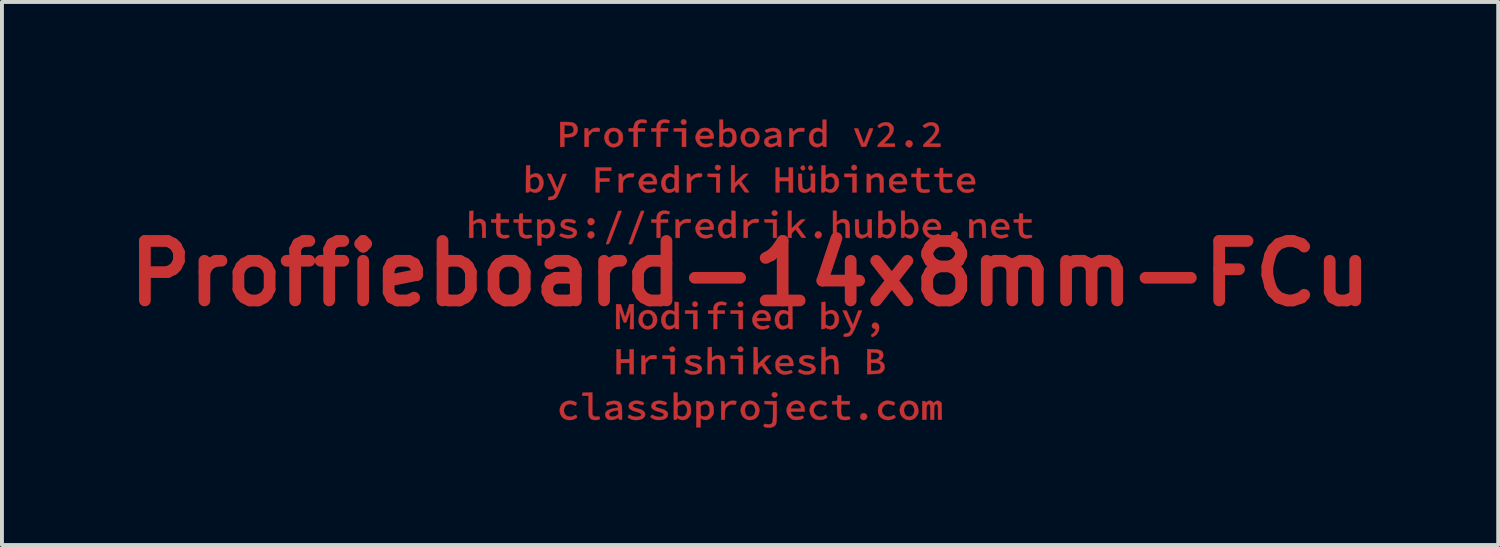
<source format=kicad_pcb>
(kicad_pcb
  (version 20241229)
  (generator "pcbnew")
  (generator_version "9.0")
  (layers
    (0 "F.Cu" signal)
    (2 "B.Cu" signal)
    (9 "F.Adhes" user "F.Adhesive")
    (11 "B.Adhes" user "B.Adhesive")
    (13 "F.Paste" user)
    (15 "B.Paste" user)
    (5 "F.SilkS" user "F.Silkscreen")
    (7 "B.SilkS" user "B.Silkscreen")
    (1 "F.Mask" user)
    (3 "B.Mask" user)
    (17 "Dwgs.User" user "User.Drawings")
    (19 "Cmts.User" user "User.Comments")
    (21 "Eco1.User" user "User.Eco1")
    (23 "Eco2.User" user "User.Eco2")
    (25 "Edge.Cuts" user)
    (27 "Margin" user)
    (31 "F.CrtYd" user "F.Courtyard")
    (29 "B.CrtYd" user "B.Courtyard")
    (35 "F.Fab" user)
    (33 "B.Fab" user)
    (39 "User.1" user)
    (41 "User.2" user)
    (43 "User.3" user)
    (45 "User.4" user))
  (footprint "Proffieboard-14x8mm-FCu"
    (layer "F.Cu")
    (at 16.154 3.953)
    (property "Reference" "Proffieboard-14x8mm-FCu" (at 0 0 0) (layer "F.Cu") (effects (font (size 1.524 1.524) (thickness 0.3))))
    (attr through_hole)
    (fp_poly (pts (xy -1.928 2.575) (xy -2.032 2.575) (xy -2.032 2.182) (xy -2.24 2.182) (xy -2.24 2.101) (xy -1.928 2.101) (xy -1.928 2.575)) (stroke (width 0.01) (type solid)) (fill yes) (layer "F.Cu"))
    (fp_poly (pts (xy -1.639 -3.244) (xy -1.743 -3.244) (xy -1.743 -3.637) (xy -1.951 -3.637) (xy -1.951 -3.718) (xy -1.639 -3.718) (xy -1.639 -3.244)) (stroke (width 0.01) (type solid)) (fill yes) (layer "F.Cu"))
    (fp_poly (pts (xy -1.351 1.42) (xy -1.455 1.42) (xy -1.455 1.028) (xy -1.663 1.028) (xy -1.663 0.947) (xy -1.351 0.947) (xy -1.351 1.42)) (stroke (width 0.01) (type solid)) (fill yes) (layer "F.Cu"))
    (fp_poly (pts (xy -0.185 1.42) (xy -0.289 1.42) (xy -0.289 1.028) (xy -0.496 1.028) (xy -0.496 0.947) (xy -0.185 0.947) (xy -0.185 1.42)) (stroke (width 0.01) (type solid)) (fill yes) (layer "F.Cu"))
    (fp_poly (pts (xy -0.185 2.575) (xy -0.289 2.575) (xy -0.289 2.182) (xy -0.496 2.182) (xy -0.496 2.101) (xy -0.185 2.101) (xy -0.185 2.575)) (stroke (width 0.01) (type solid)) (fill yes) (layer "F.Cu"))
    (fp_poly (pts (xy 2.725 -2.078) (xy 2.621 -2.078) (xy 2.621 -2.471) (xy 2.413 -2.471) (xy 2.413 -2.552) (xy 2.725 -2.552) (xy 2.725 -2.078)) (stroke (width 0.01) (type solid)) (fill yes) (layer "F.Cu"))
    (fp_poly (pts (xy -0.774 -2.078) (xy -0.866 -2.078) (xy -0.866 -2.47) (xy -0.973 -2.473) (xy -1.079 -2.477) (xy -1.083 -2.514) (xy -1.087 -2.552) (xy -0.774 -2.552) (xy -0.774 -2.078)) (stroke (width 0.01) (type solid)) (fill yes) (layer "F.Cu"))
    (fp_poly (pts (xy 0.681 -0.912) (xy 0.589 -0.912) (xy 0.589 -1.304) (xy 0.482 -1.307) (xy 0.375 -1.31) (xy 0.372 -1.348) (xy 0.368 -1.385) (xy 0.681 -1.385) (xy 0.681 -0.912)) (stroke (width 0.01) (type solid)) (fill yes) (layer "F.Cu"))
    (fp_poly (pts (xy -3.556 -2.632) (xy -3.856 -2.632) (xy -3.856 -2.436) (xy -3.602 -2.436) (xy -3.602 -2.356) (xy -3.85 -2.349) (xy -3.854 -2.214) (xy -3.857 -2.078) (xy -3.949 -2.078) (xy -3.949 -2.713) (xy -3.556 -2.713) (xy -3.556 -2.632)) (stroke (width 0.01) (type solid)) (fill yes) (layer "F.Cu"))
    (fp_poly (pts (xy -3.314 2.194) (xy -3.083 2.194) (xy -3.083 1.94) (xy -2.979 1.94) (xy -2.979 2.575) (xy -3.083 2.575) (xy -3.083 2.286) (xy -3.314 2.286) (xy -3.314 2.575) (xy -3.417 2.575) (xy -3.417 1.94) (xy -3.314 1.94) (xy -3.314 2.194)) (stroke (width 0.01) (type solid)) (fill yes) (layer "F.Cu"))
    (fp_poly (pts (xy 0.75 -2.459) (xy 0.993 -2.459) (xy 0.993 -2.713) (xy 1.097 -2.713) (xy 1.097 -2.078) (xy 0.993 -2.078) (xy 0.993 -2.367) (xy 0.75 -2.367) (xy 0.75 -2.078) (xy 0.658 -2.078) (xy 0.658 -2.713) (xy 0.75 -2.713) (xy 0.75 -2.459)) (stroke (width 0.01) (type solid)) (fill yes) (layer "F.Cu"))
    (fp_poly (pts (xy -1.389 0.719) (xy -1.359 0.737) (xy -1.342 0.768) (xy -1.339 0.787) (xy -1.349 0.821) (xy -1.373 0.844) (xy -1.406 0.854) (xy -1.439 0.848) (xy -1.459 0.833) (xy -1.475 0.8) (xy -1.474 0.764) (xy -1.457 0.735) (xy -1.423 0.718) (xy -1.389 0.719)) (stroke (width 0.01) (type solid)) (fill yes) (layer "F.Cu"))
    (fp_poly (pts (xy -1.662 -3.939) (xy -1.639 -3.915) (xy -1.629 -3.883) (xy -1.634 -3.849) (xy -1.649 -3.829) (xy -1.679 -3.814) (xy -1.714 -3.811) (xy -1.739 -3.819) (xy -1.763 -3.846) (xy -1.771 -3.88) (xy -1.765 -3.905) (xy -1.744 -3.935) (xy -1.717 -3.947) (xy -1.696 -3.948) (xy -1.662 -3.939)) (stroke (width 0.01) (type solid)) (fill yes) (layer "F.Cu"))
    (fp_poly (pts (xy -0.208 0.725) (xy -0.184 0.75) (xy -0.174 0.782) (xy -0.179 0.815) (xy -0.194 0.835) (xy -0.224 0.851) (xy -0.26 0.854) (xy -0.284 0.846) (xy -0.308 0.818) (xy -0.316 0.784) (xy -0.31 0.759) (xy -0.289 0.73) (xy -0.262 0.717) (xy -0.241 0.716) (xy -0.208 0.725)) (stroke (width 0.01) (type solid)) (fill yes) (layer "F.Cu"))
    (fp_poly (pts (xy -0.208 1.88) (xy -0.184 1.904) (xy -0.174 1.936) (xy -0.179 1.969) (xy -0.194 1.99) (xy -0.224 2.005) (xy -0.26 2.008) (xy -0.284 2) (xy -0.308 1.973) (xy -0.316 1.939) (xy -0.31 1.914) (xy -0.289 1.884) (xy -0.262 1.872) (xy -0.241 1.871) (xy -0.208 1.88)) (stroke (width 0.01) (type solid)) (fill yes) (layer "F.Cu"))
    (fp_poly (pts (xy 1.362 -2.765) (xy 1.38 -2.755) (xy 1.401 -2.729) (xy 1.409 -2.696) (xy 1.401 -2.666) (xy 1.395 -2.658) (xy 1.368 -2.645) (xy 1.335 -2.648) (xy 1.311 -2.662) (xy 1.295 -2.693) (xy 1.298 -2.726) (xy 1.32 -2.753) (xy 1.322 -2.755) (xy 1.345 -2.767) (xy 1.362 -2.765)) (stroke (width 0.01) (type solid)) (fill yes) (layer "F.Cu"))
    (fp_poly (pts (xy 1.559 -2.765) (xy 1.576 -2.755) (xy 1.6 -2.728) (xy 1.605 -2.697) (xy 1.595 -2.669) (xy 1.569 -2.649) (xy 1.543 -2.644) (xy 1.521 -2.652) (xy 1.508 -2.662) (xy 1.491 -2.693) (xy 1.494 -2.726) (xy 1.516 -2.753) (xy 1.518 -2.755) (xy 1.541 -2.767) (xy 1.559 -2.765)) (stroke (width 0.01) (type solid)) (fill yes) (layer "F.Cu"))
    (fp_poly (pts (xy 2.702 -2.773) (xy 2.725 -2.749) (xy 2.736 -2.717) (xy 2.73 -2.683) (xy 2.715 -2.663) (xy 2.685 -2.648) (xy 2.65 -2.645) (xy 2.625 -2.653) (xy 2.602 -2.68) (xy 2.593 -2.714) (xy 2.599 -2.739) (xy 2.62 -2.769) (xy 2.648 -2.781) (xy 2.668 -2.782) (xy 2.702 -2.773)) (stroke (width 0.01) (type solid)) (fill yes) (layer "F.Cu"))
    (fp_poly (pts (xy -4.036 -1.41) (xy -4.005 -1.384) (xy -3.986 -1.35) (xy -3.983 -1.331) (xy -3.993 -1.291) (xy -4.018 -1.26) (xy -4.052 -1.242) (xy -4.09 -1.24) (xy -4.12 -1.253) (xy -4.149 -1.286) (xy -4.16 -1.323) (xy -4.155 -1.361) (xy -4.136 -1.393) (xy -4.103 -1.415) (xy -4.072 -1.42) (xy -4.036 -1.41)) (stroke (width 0.01) (type solid)) (fill yes) (layer "F.Cu"))
    (fp_poly (pts (xy -0.79 -2.771) (xy -0.764 -2.75) (xy -0.751 -2.719) (xy -0.75 -2.713) (xy -0.761 -2.683) (xy -0.786 -2.658) (xy -0.817 -2.645) (xy -0.826 -2.644) (xy -0.855 -2.652) (xy -0.877 -2.667) (xy -0.898 -2.699) (xy -0.896 -2.733) (xy -0.883 -2.757) (xy -0.857 -2.777) (xy -0.823 -2.781) (xy -0.79 -2.771)) (stroke (width 0.01) (type solid)) (fill yes) (layer "F.Cu"))
    (fp_poly (pts (xy 0.665 -1.605) (xy 0.691 -1.584) (xy 0.704 -1.553) (xy 0.704 -1.547) (xy 0.694 -1.517) (xy 0.669 -1.492) (xy 0.637 -1.478) (xy 0.629 -1.478) (xy 0.599 -1.486) (xy 0.577 -1.501) (xy 0.557 -1.533) (xy 0.559 -1.567) (xy 0.572 -1.591) (xy 0.598 -1.611) (xy 0.631 -1.615) (xy 0.665 -1.605)) (stroke (width 0.01) (type solid)) (fill yes) (layer "F.Cu"))
    (fp_poly (pts (xy 0.665 3.048) (xy 0.691 3.069) (xy 0.704 3.1) (xy 0.704 3.106) (xy 0.694 3.135) (xy 0.669 3.161) (xy 0.637 3.174) (xy 0.629 3.175) (xy 0.599 3.167) (xy 0.577 3.152) (xy 0.557 3.12) (xy 0.559 3.086) (xy 0.572 3.062) (xy 0.598 3.042) (xy 0.631 3.038) (xy 0.665 3.048)) (stroke (width 0.01) (type solid)) (fill yes) (layer "F.Cu"))
    (fp_poly (pts (xy 2.949 3.585) (xy 2.98 3.611) (xy 2.997 3.647) (xy 2.997 3.676) (xy 2.979 3.717) (xy 2.947 3.744) (xy 2.909 3.752) (xy 2.876 3.745) (xy 2.853 3.732) (xy 2.828 3.699) (xy 2.822 3.661) (xy 2.831 3.624) (xy 2.855 3.594) (xy 2.891 3.577) (xy 2.909 3.575) (xy 2.949 3.585)) (stroke (width 0.01) (type solid)) (fill yes) (layer "F.Cu"))
    (fp_poly (pts (xy 5.279 -1.069) (xy 5.309 -1.041) (xy 5.322 -0.999) (xy 5.322 -0.988) (xy 5.313 -0.948) (xy 5.289 -0.919) (xy 5.256 -0.903) (xy 5.219 -0.902) (xy 5.185 -0.919) (xy 5.173 -0.931) (xy 5.153 -0.972) (xy 5.151 -1.012) (xy 5.167 -1.046) (xy 5.197 -1.07) (xy 5.236 -1.078) (xy 5.279 -1.069)) (stroke (width 0.01) (type solid)) (fill yes) (layer "F.Cu"))
    (fp_poly (pts (xy -4.032 -1.071) (xy -4.005 -1.047) (xy -3.989 -1.015) (xy -3.986 -0.978) (xy -4 -0.942) (xy -4.012 -0.929) (xy -4.047 -0.907) (xy -4.087 -0.901) (xy -4.123 -0.914) (xy -4.125 -0.915) (xy -4.152 -0.948) (xy -4.16 -0.988) (xy -4.151 -1.027) (xy -4.125 -1.06) (xy -4.106 -1.072) (xy -4.067 -1.08) (xy -4.032 -1.071)) (stroke (width 0.01) (type solid)) (fill yes) (layer "F.Cu"))
    (fp_poly (pts (xy -1.959 1.88) (xy -1.932 1.903) (xy -1.917 1.932) (xy -1.917 1.94) (xy -1.927 1.969) (xy -1.952 1.995) (xy -1.983 2.008) (xy -1.992 2.009) (xy -2.021 2.001) (xy -2.044 1.986) (xy -2.061 1.961) (xy -2.067 1.94) (xy -2.057 1.91) (xy -2.032 1.885) (xy -2 1.871) (xy -1.992 1.87) (xy -1.959 1.88)) (stroke (width 0.01) (type solid)) (fill yes) (layer "F.Cu"))
    (fp_poly (pts (xy 1.787 -1.071) (xy 1.814 -1.047) (xy 1.83 -1.015) (xy 1.833 -0.978) (xy 1.819 -0.942) (xy 1.807 -0.929) (xy 1.772 -0.907) (xy 1.732 -0.901) (xy 1.696 -0.914) (xy 1.694 -0.915) (xy 1.667 -0.948) (xy 1.658 -0.988) (xy 1.668 -1.027) (xy 1.694 -1.06) (xy 1.713 -1.072) (xy 1.752 -1.08) (xy 1.787 -1.071)) (stroke (width 0.01) (type solid)) (fill yes) (layer "F.Cu"))
    (fp_poly (pts (xy 4.087 -3.41) (xy 4.119 -3.396) (xy 4.145 -3.372) (xy 4.159 -3.338) (xy 4.157 -3.298) (xy 4.155 -3.292) (xy 4.132 -3.255) (xy 4.098 -3.235) (xy 4.059 -3.234) (xy 4.021 -3.253) (xy 4.012 -3.261) (xy 3.988 -3.295) (xy 3.985 -3.332) (xy 3.996 -3.364) (xy 4.02 -3.396) (xy 4.052 -3.411) (xy 4.087 -3.41)) (stroke (width 0.01) (type solid)) (fill yes) (layer "F.Cu"))
    (fp_poly (pts (xy -3.883 -3.726) (xy -3.857 -3.717) (xy -3.847 -3.699) (xy -3.849 -3.67) (xy -3.856 -3.631) (xy -4.031 -3.631) (xy -4.082 -3.577) (xy -4.133 -3.523) (xy -4.133 -3.244) (xy -4.237 -3.244) (xy -4.237 -3.718) (xy -4.145 -3.718) (xy -4.145 -3.613) (xy -4.103 -3.655) (xy -4.047 -3.699) (xy -3.987 -3.723) (xy -3.929 -3.729) (xy -3.883 -3.726)) (stroke (width 0.01) (type solid)) (fill yes) (layer "F.Cu"))
    (fp_poly (pts (xy -2.429 2.093) (xy -2.403 2.102) (xy -2.392 2.12) (xy -2.394 2.149) (xy -2.401 2.188) (xy -2.576 2.188) (xy -2.627 2.242) (xy -2.679 2.296) (xy -2.679 2.575) (xy -2.782 2.575) (xy -2.782 2.101) (xy -2.69 2.101) (xy -2.69 2.206) (xy -2.648 2.164) (xy -2.592 2.12) (xy -2.533 2.096) (xy -2.474 2.09) (xy -2.429 2.093)) (stroke (width 0.01) (type solid)) (fill yes) (layer "F.Cu"))
    (fp_poly (pts (xy -2.721 -3.939) (xy -2.674 -3.93) (xy -2.649 -3.914) (xy -2.644 -3.899) (xy -2.648 -3.868) (xy -2.663 -3.853) (xy -2.693 -3.854) (xy -2.709 -3.858) (xy -2.768 -3.864) (xy -2.817 -3.853) (xy -2.852 -3.826) (xy -2.872 -3.783) (xy -2.875 -3.752) (xy -2.875 -3.718) (xy -2.69 -3.718) (xy -2.69 -3.637) (xy -2.875 -3.637) (xy -2.875 -3.244) (xy -2.979 -3.244) (xy -2.979 -3.637) (xy -3.106 -3.637) (xy -3.106 -3.718) (xy -2.982 -3.718) (xy -2.974 -3.772) (xy -2.956 -3.84) (xy -2.923 -3.891) (xy -2.875 -3.924) (xy -2.811 -3.94) (xy -2.789 -3.941) (xy -2.721 -3.939)) (stroke (width 0.01) (type solid)) (fill yes) (layer "F.Cu"))
    (fp_poly (pts (xy -1.263 -2.56) (xy -1.237 -2.552) (xy -1.227 -2.535) (xy -1.23 -2.507) (xy -1.231 -2.504) (xy -1.238 -2.483) (xy -1.248 -2.472) (xy -1.268 -2.468) (xy -1.305 -2.469) (xy -1.305 -2.469) (xy -1.363 -2.468) (xy -1.407 -2.456) (xy -1.446 -2.429) (xy -1.471 -2.406) (xy -1.512 -2.363) (xy -1.512 -2.078) (xy -1.616 -2.078) (xy -1.616 -2.553) (xy -1.573 -2.549) (xy -1.546 -2.546) (xy -1.533 -2.536) (xy -1.528 -2.513) (xy -1.526 -2.497) (xy -1.523 -2.447) (xy -1.494 -2.481) (xy -1.446 -2.522) (xy -1.386 -2.55) (xy -1.32 -2.563) (xy -1.31 -2.563) (xy -1.263 -2.56)) (stroke (width 0.01) (type solid)) (fill yes) (layer "F.Cu"))
    (fp_poly (pts (xy 0.191 -1.394) (xy 0.218 -1.386) (xy 0.228 -1.369) (xy 0.225 -1.341) (xy 0.224 -1.338) (xy 0.217 -1.316) (xy 0.206 -1.306) (xy 0.186 -1.302) (xy 0.15 -1.303) (xy 0.15 -1.303) (xy 0.092 -1.302) (xy 0.048 -1.29) (xy 0.008 -1.263) (xy -0.016 -1.24) (xy -0.058 -1.197) (xy -0.058 -0.912) (xy -0.162 -0.912) (xy -0.162 -1.387) (xy -0.118 -1.383) (xy -0.091 -1.38) (xy -0.078 -1.37) (xy -0.073 -1.347) (xy -0.071 -1.331) (xy -0.068 -1.281) (xy -0.039 -1.315) (xy 0.008 -1.356) (xy 0.069 -1.384) (xy 0.135 -1.397) (xy 0.145 -1.397) (xy 0.191 -1.394)) (stroke (width 0.01) (type solid)) (fill yes) (layer "F.Cu"))
    (fp_poly (pts (xy -0.393 -2.315) (xy -0.274 -2.433) (xy -0.228 -2.479) (xy -0.194 -2.512) (xy -0.169 -2.532) (xy -0.15 -2.544) (xy -0.132 -2.55) (xy -0.112 -2.551) (xy -0.098 -2.552) (xy -0.041 -2.552) (xy -0.229 -2.361) (xy -0.127 -2.223) (xy -0.024 -2.084) (xy -0.078 -2.08) (xy -0.119 -2.081) (xy -0.139 -2.091) (xy -0.14 -2.092) (xy -0.15 -2.107) (xy -0.171 -2.136) (xy -0.198 -2.175) (xy -0.219 -2.204) (xy -0.291 -2.3) (xy -0.342 -2.25) (xy -0.37 -2.221) (xy -0.385 -2.198) (xy -0.391 -2.172) (xy -0.393 -2.139) (xy -0.393 -2.078) (xy -0.485 -2.078) (xy -0.485 -2.771) (xy -0.393 -2.771) (xy -0.393 -2.315)) (stroke (width 0.01) (type solid)) (fill yes) (layer "F.Cu"))
    (fp_poly (pts (xy 1.062 -1.149) (xy 1.181 -1.267) (xy 1.227 -1.313) (xy 1.261 -1.346) (xy 1.286 -1.366) (xy 1.305 -1.378) (xy 1.323 -1.384) (xy 1.342 -1.385) (xy 1.357 -1.385) (xy 1.414 -1.385) (xy 1.225 -1.195) (xy 1.328 -1.056) (xy 1.43 -0.918) (xy 1.377 -0.914) (xy 1.336 -0.915) (xy 1.316 -0.925) (xy 1.315 -0.926) (xy 1.305 -0.941) (xy 1.284 -0.97) (xy 1.257 -1.009) (xy 1.235 -1.038) (xy 1.164 -1.134) (xy 1.113 -1.084) (xy 1.085 -1.055) (xy 1.069 -1.032) (xy 1.063 -1.006) (xy 1.062 -0.973) (xy 1.062 -0.912) (xy 0.97 -0.912) (xy 0.97 -1.605) (xy 1.062 -1.605) (xy 1.062 -1.149)) (stroke (width 0.01) (type solid)) (fill yes) (layer "F.Cu"))
    (fp_poly (pts (xy 2.217 -1.315) (xy 2.263 -1.352) (xy 2.32 -1.384) (xy 2.383 -1.396) (xy 2.447 -1.387) (xy 2.463 -1.381) (xy 2.493 -1.365) (xy 2.515 -1.343) (xy 2.531 -1.311) (xy 2.542 -1.268) (xy 2.548 -1.208) (xy 2.551 -1.131) (xy 2.551 -1.088) (xy 2.552 -0.912) (xy 2.448 -0.912) (xy 2.448 -1.084) (xy 2.447 -1.152) (xy 2.446 -1.202) (xy 2.443 -1.236) (xy 2.439 -1.258) (xy 2.432 -1.274) (xy 2.427 -1.282) (xy 2.395 -1.304) (xy 2.352 -1.309) (xy 2.305 -1.298) (xy 2.264 -1.277) (xy 2.217 -1.244) (xy 2.217 -0.912) (xy 2.124 -0.912) (xy 2.124 -1.605) (xy 2.217 -1.605) (xy 2.217 -1.315)) (stroke (width 0.01) (type solid)) (fill yes) (layer "F.Cu"))
    (fp_poly (pts (xy 3.135 -3.718) (xy 3.143 -3.715) (xy 3.145 -3.706) (xy 3.142 -3.689) (xy 3.133 -3.661) (xy 3.118 -3.62) (xy 3.095 -3.563) (xy 3.065 -3.488) (xy 3.055 -3.464) (xy 2.97 -3.25) (xy 2.855 -3.243) (xy 2.761 -3.474) (xy 2.733 -3.543) (xy 2.709 -3.603) (xy 2.689 -3.654) (xy 2.675 -3.69) (xy 2.668 -3.71) (xy 2.667 -3.712) (xy 2.677 -3.716) (xy 2.703 -3.716) (xy 2.716 -3.715) (xy 2.765 -3.712) (xy 2.914 -3.322) (xy 2.935 -3.384) (xy 2.948 -3.42) (xy 2.966 -3.47) (xy 2.988 -3.528) (xy 3.009 -3.582) (xy 3.061 -3.718) (xy 3.107 -3.718) (xy 3.123 -3.718) (xy 3.135 -3.718)) (stroke (width 0.01) (type solid)) (fill yes) (layer "F.Cu"))
    (fp_poly (pts (xy 3.247 1.268) (xy 3.277 1.293) (xy 3.296 1.33) (xy 3.303 1.376) (xy 3.299 1.426) (xy 3.284 1.478) (xy 3.258 1.528) (xy 3.222 1.571) (xy 3.18 1.602) (xy 3.148 1.619) (xy 3.13 1.626) (xy 3.119 1.62) (xy 3.11 1.603) (xy 3.108 1.6) (xy 3.103 1.582) (xy 3.108 1.568) (xy 3.128 1.551) (xy 3.142 1.542) (xy 3.175 1.514) (xy 3.2 1.481) (xy 3.205 1.472) (xy 3.217 1.442) (xy 3.218 1.426) (xy 3.207 1.419) (xy 3.187 1.414) (xy 3.149 1.397) (xy 3.126 1.369) (xy 3.119 1.336) (xy 3.127 1.303) (xy 3.149 1.276) (xy 3.184 1.26) (xy 3.204 1.258) (xy 3.247 1.268)) (stroke (width 0.01) (type solid)) (fill yes) (layer "F.Cu"))
    (fp_poly (pts (xy -7.091 -1.464) (xy -7.095 -1.322) (xy -7.039 -1.359) (xy -6.978 -1.389) (xy -6.919 -1.399) (xy -6.863 -1.388) (xy -6.816 -1.357) (xy -6.792 -1.329) (xy -6.782 -1.313) (xy -6.775 -1.296) (xy -6.77 -1.274) (xy -6.768 -1.244) (xy -6.766 -1.201) (xy -6.766 -1.14) (xy -6.766 -1.101) (xy -6.766 -0.912) (xy -6.858 -0.912) (xy -6.858 -1.066) (xy -6.859 -1.145) (xy -6.862 -1.203) (xy -6.869 -1.245) (xy -6.88 -1.274) (xy -6.896 -1.292) (xy -6.917 -1.303) (xy -6.918 -1.304) (xy -6.966 -1.31) (xy -7.016 -1.296) (xy -7.051 -1.274) (xy -7.089 -1.246) (xy -7.089 -0.912) (xy -7.193 -0.912) (xy -7.187 -1.599) (xy -7.087 -1.606) (xy -7.091 -1.464)) (stroke (width 0.01) (type solid)) (fill yes) (layer "F.Cu"))
    (fp_poly (pts (xy -3.023 -2.56) (xy -2.99 -2.556) (xy -2.972 -2.549) (xy -2.97 -2.534) (xy -2.975 -2.508) (xy -2.976 -2.505) (xy -2.986 -2.467) (xy -3.057 -2.469) (xy -3.126 -2.464) (xy -3.181 -2.442) (xy -3.225 -2.4) (xy -3.233 -2.39) (xy -3.243 -2.373) (xy -3.249 -2.353) (xy -3.253 -2.324) (xy -3.255 -2.283) (xy -3.256 -2.223) (xy -3.256 -2.218) (xy -3.256 -2.078) (xy -3.36 -2.078) (xy -3.36 -2.552) (xy -3.32 -2.552) (xy -3.295 -2.55) (xy -3.282 -2.54) (xy -3.275 -2.515) (xy -3.273 -2.505) (xy -3.265 -2.458) (xy -3.222 -2.498) (xy -3.186 -2.525) (xy -3.148 -2.546) (xy -3.135 -2.551) (xy -3.104 -2.558) (xy -3.064 -2.56) (xy -3.023 -2.56)) (stroke (width 0.01) (type solid)) (fill yes) (layer "F.Cu"))
    (fp_poly (pts (xy -2.136 -3.937) (xy -2.092 -3.927) (xy -2.068 -3.917) (xy -2.06 -3.902) (xy -2.064 -3.881) (xy -2.066 -3.876) (xy -2.074 -3.858) (xy -2.087 -3.852) (xy -2.112 -3.855) (xy -2.125 -3.858) (xy -2.18 -3.863) (xy -2.229 -3.856) (xy -2.265 -3.837) (xy -2.269 -3.833) (xy -2.283 -3.808) (xy -2.293 -3.773) (xy -2.294 -3.765) (xy -2.301 -3.718) (xy -2.101 -3.718) (xy -2.101 -3.637) (xy -2.298 -3.637) (xy -2.298 -3.244) (xy -2.39 -3.244) (xy -2.39 -3.637) (xy -2.528 -3.637) (xy -2.528 -3.718) (xy -2.39 -3.718) (xy -2.39 -3.765) (xy -2.38 -3.828) (xy -2.352 -3.879) (xy -2.308 -3.916) (xy -2.25 -3.937) (xy -2.181 -3.943) (xy -2.136 -3.937)) (stroke (width 0.01) (type solid)) (fill yes) (layer "F.Cu"))
    (fp_poly (pts (xy -2.136 -1.605) (xy -2.092 -1.595) (xy -2.068 -1.585) (xy -2.06 -1.57) (xy -2.064 -1.549) (xy -2.066 -1.544) (xy -2.074 -1.526) (xy -2.087 -1.52) (xy -2.112 -1.523) (xy -2.125 -1.525) (xy -2.18 -1.531) (xy -2.229 -1.524) (xy -2.265 -1.505) (xy -2.269 -1.501) (xy -2.283 -1.476) (xy -2.293 -1.441) (xy -2.294 -1.433) (xy -2.301 -1.385) (xy -2.101 -1.385) (xy -2.101 -1.305) (xy -2.298 -1.305) (xy -2.298 -0.912) (xy -2.39 -0.912) (xy -2.39 -1.305) (xy -2.528 -1.305) (xy -2.528 -1.385) (xy -2.39 -1.385) (xy -2.39 -1.433) (xy -2.38 -1.496) (xy -2.352 -1.547) (xy -2.308 -1.584) (xy -2.25 -1.605) (xy -2.181 -1.61) (xy -2.136 -1.605)) (stroke (width 0.01) (type solid)) (fill yes) (layer "F.Cu"))
    (fp_poly (pts (xy -1.569 -1.393) (xy -1.535 -1.389) (xy -1.517 -1.383) (xy -1.516 -1.368) (xy -1.52 -1.342) (xy -1.521 -1.338) (xy -1.531 -1.3) (xy -1.603 -1.303) (xy -1.671 -1.298) (xy -1.726 -1.276) (xy -1.77 -1.234) (xy -1.778 -1.224) (xy -1.788 -1.207) (xy -1.795 -1.187) (xy -1.799 -1.158) (xy -1.801 -1.117) (xy -1.801 -1.057) (xy -1.801 -1.052) (xy -1.801 -0.912) (xy -1.905 -0.912) (xy -1.905 -1.385) (xy -1.866 -1.385) (xy -1.84 -1.384) (xy -1.827 -1.374) (xy -1.82 -1.349) (xy -1.818 -1.339) (xy -1.81 -1.292) (xy -1.767 -1.332) (xy -1.731 -1.359) (xy -1.693 -1.38) (xy -1.68 -1.385) (xy -1.649 -1.392) (xy -1.609 -1.394) (xy -1.569 -1.393)) (stroke (width 0.01) (type solid)) (fill yes) (layer "F.Cu"))
    (fp_poly (pts (xy -0.976 2.159) (xy -0.933 2.129) (xy -0.878 2.102) (xy -0.817 2.091) (xy -0.758 2.098) (xy -0.736 2.107) (xy -0.708 2.123) (xy -0.687 2.144) (xy -0.671 2.173) (xy -0.661 2.213) (xy -0.654 2.268) (xy -0.65 2.341) (xy -0.649 2.393) (xy -0.645 2.575) (xy -0.75 2.575) (xy -0.75 2.412) (xy -0.751 2.334) (xy -0.755 2.275) (xy -0.762 2.234) (xy -0.774 2.206) (xy -0.79 2.189) (xy -0.813 2.179) (xy -0.819 2.178) (xy -0.867 2.179) (xy -0.919 2.199) (xy -0.948 2.218) (xy -0.981 2.241) (xy -0.981 2.575) (xy -1.086 2.575) (xy -1.083 2.231) (xy -1.079 1.888) (xy -1.031 1.884) (xy -0.982 1.881) (xy -0.976 2.159)) (stroke (width 0.01) (type solid)) (fill yes) (layer "F.Cu"))
    (fp_poly (pts (xy -0.681 0.727) (xy -0.637 0.737) (xy -0.613 0.748) (xy -0.605 0.762) (xy -0.609 0.784) (xy -0.611 0.788) (xy -0.62 0.806) (xy -0.632 0.813) (xy -0.657 0.81) (xy -0.67 0.807) (xy -0.725 0.801) (xy -0.774 0.808) (xy -0.81 0.827) (xy -0.814 0.832) (xy -0.828 0.856) (xy -0.838 0.892) (xy -0.84 0.9) (xy -0.846 0.947) (xy -0.647 0.947) (xy -0.647 1.028) (xy -0.843 1.028) (xy -0.843 1.42) (xy -0.935 1.42) (xy -0.935 1.028) (xy -1.074 1.028) (xy -1.074 0.947) (xy -0.935 0.947) (xy -0.935 0.899) (xy -0.925 0.836) (xy -0.897 0.786) (xy -0.853 0.749) (xy -0.795 0.727) (xy -0.726 0.722) (xy -0.681 0.727)) (stroke (width 0.01) (type solid)) (fill yes) (layer "F.Cu"))
    (fp_poly (pts (xy -0.388 3.262) (xy -0.362 3.266) (xy -0.353 3.269) (xy -0.352 3.283) (xy -0.357 3.309) (xy -0.358 3.314) (xy -0.369 3.354) (xy -0.441 3.35) (xy -0.486 3.35) (xy -0.517 3.355) (xy -0.544 3.367) (xy -0.554 3.374) (xy -0.591 3.402) (xy -0.617 3.432) (xy -0.634 3.468) (xy -0.643 3.515) (xy -0.646 3.578) (xy -0.647 3.61) (xy -0.647 3.741) (xy -0.739 3.741) (xy -0.739 3.267) (xy -0.699 3.267) (xy -0.671 3.269) (xy -0.66 3.279) (xy -0.658 3.304) (xy -0.658 3.307) (xy -0.655 3.341) (xy -0.644 3.352) (xy -0.624 3.343) (xy -0.611 3.329) (xy -0.555 3.285) (xy -0.49 3.261) (xy -0.425 3.258) (xy -0.388 3.262)) (stroke (width 0.01) (type solid)) (fill yes) (layer "F.Cu"))
    (fp_poly (pts (xy 1.341 -3.726) (xy 1.374 -3.722) (xy 1.392 -3.715) (xy 1.394 -3.701) (xy 1.389 -3.674) (xy 1.388 -3.671) (xy 1.379 -3.633) (xy 1.307 -3.636) (xy 1.239 -3.63) (xy 1.184 -3.608) (xy 1.139 -3.566) (xy 1.132 -3.556) (xy 1.122 -3.539) (xy 1.115 -3.519) (xy 1.111 -3.491) (xy 1.109 -3.449) (xy 1.108 -3.39) (xy 1.108 -3.384) (xy 1.108 -3.244) (xy 1.004 -3.244) (xy 1.004 -3.718) (xy 1.044 -3.718) (xy 1.069 -3.716) (xy 1.082 -3.706) (xy 1.089 -3.681) (xy 1.091 -3.671) (xy 1.099 -3.625) (xy 1.143 -3.664) (xy 1.178 -3.691) (xy 1.216 -3.712) (xy 1.229 -3.718) (xy 1.261 -3.724) (xy 1.3 -3.726) (xy 1.341 -3.726)) (stroke (width 0.01) (type solid)) (fill yes) (layer "F.Cu"))
    (fp_poly (pts (xy 1.934 2.159) (xy 1.977 2.129) (xy 2.032 2.102) (xy 2.092 2.091) (xy 2.151 2.098) (xy 2.174 2.107) (xy 2.202 2.123) (xy 2.223 2.144) (xy 2.238 2.173) (xy 2.249 2.213) (xy 2.255 2.268) (xy 2.259 2.341) (xy 2.261 2.393) (xy 2.265 2.575) (xy 2.159 2.575) (xy 2.159 2.412) (xy 2.158 2.334) (xy 2.154 2.275) (xy 2.147 2.234) (xy 2.136 2.206) (xy 2.119 2.189) (xy 2.096 2.179) (xy 2.09 2.178) (xy 2.042 2.179) (xy 1.99 2.199) (xy 1.961 2.218) (xy 1.928 2.241) (xy 1.928 2.575) (xy 1.824 2.575) (xy 1.827 2.231) (xy 1.83 1.888) (xy 1.879 1.884) (xy 1.927 1.881) (xy 1.934 2.159)) (stroke (width 0.01) (type solid)) (fill yes) (layer "F.Cu"))
    (fp_poly (pts (xy -4.041 3.615) (xy -4.011 3.644) (xy -3.991 3.662) (xy -3.972 3.669) (xy -3.943 3.669) (xy -3.92 3.666) (xy -3.885 3.663) (xy -3.865 3.664) (xy -3.856 3.673) (xy -3.852 3.685) (xy -3.846 3.712) (xy -3.851 3.727) (xy -3.872 3.737) (xy -3.881 3.74) (xy -3.937 3.751) (xy -3.998 3.749) (xy -4.049 3.735) (xy -4.081 3.714) (xy -4.108 3.684) (xy -4.11 3.681) (xy -4.118 3.667) (xy -4.123 3.651) (xy -4.127 3.63) (xy -4.13 3.6) (xy -4.132 3.559) (xy -4.133 3.502) (xy -4.133 3.428) (xy -4.133 3.386) (xy -4.133 3.129) (xy -4.296 3.129) (xy -4.293 3.091) (xy -4.289 3.054) (xy -4.165 3.05) (xy -4.041 3.047) (xy -4.041 3.615)) (stroke (width 0.01) (type solid)) (fill yes) (layer "F.Cu"))
    (fp_poly (pts (xy -3.292 -1.598) (xy -3.291 -1.597) (xy -3.295 -1.584) (xy -3.307 -1.553) (xy -3.325 -1.504) (xy -3.348 -1.441) (xy -3.376 -1.366) (xy -3.408 -1.282) (xy -3.443 -1.19) (xy -3.45 -1.172) (xy -3.49 -1.066) (xy -3.523 -0.98) (xy -3.55 -0.912) (xy -3.571 -0.859) (xy -3.587 -0.819) (xy -3.601 -0.791) (xy -3.611 -0.773) (xy -3.62 -0.762) (xy -3.628 -0.756) (xy -3.636 -0.754) (xy -3.643 -0.753) (xy -3.67 -0.752) (xy -3.685 -0.756) (xy -3.683 -0.768) (xy -3.673 -0.799) (xy -3.656 -0.847) (xy -3.634 -0.91) (xy -3.607 -0.984) (xy -3.576 -1.069) (xy -3.542 -1.16) (xy -3.534 -1.181) (xy -3.376 -1.599) (xy -3.333 -1.603) (xy -3.306 -1.603) (xy -3.292 -1.598)) (stroke (width 0.01) (type solid)) (fill yes) (layer "F.Cu"))
    (fp_poly (pts (xy 3.319 -2.555) (xy 3.366 -2.524) (xy 3.391 -2.495) (xy 3.401 -2.479) (xy 3.408 -2.462) (xy 3.413 -2.441) (xy 3.415 -2.41) (xy 3.417 -2.367) (xy 3.417 -2.306) (xy 3.417 -2.267) (xy 3.417 -2.078) (xy 3.325 -2.078) (xy 3.325 -2.232) (xy 3.324 -2.311) (xy 3.321 -2.369) (xy 3.314 -2.412) (xy 3.303 -2.44) (xy 3.287 -2.458) (xy 3.266 -2.47) (xy 3.265 -2.47) (xy 3.217 -2.477) (xy 3.168 -2.462) (xy 3.132 -2.44) (xy 3.094 -2.412) (xy 3.094 -2.078) (xy 2.99 -2.078) (xy 2.99 -2.553) (xy 3.034 -2.549) (xy 3.063 -2.545) (xy 3.076 -2.533) (xy 3.08 -2.515) (xy 3.084 -2.485) (xy 3.142 -2.524) (xy 3.204 -2.555) (xy 3.264 -2.565) (xy 3.319 -2.555)) (stroke (width 0.01) (type solid)) (fill yes) (layer "F.Cu"))
    (fp_poly (pts (xy 0.681 3.542) (xy 0.681 3.639) (xy 0.68 3.715) (xy 0.676 3.775) (xy 0.671 3.819) (xy 0.662 3.853) (xy 0.65 3.877) (xy 0.633 3.895) (xy 0.611 3.911) (xy 0.588 3.923) (xy 0.534 3.942) (xy 0.472 3.946) (xy 0.399 3.936) (xy 0.395 3.935) (xy 0.36 3.922) (xy 0.346 3.902) (xy 0.354 3.875) (xy 0.361 3.864) (xy 0.373 3.853) (xy 0.391 3.851) (xy 0.423 3.858) (xy 0.425 3.858) (xy 0.481 3.865) (xy 0.528 3.856) (xy 0.562 3.833) (xy 0.576 3.808) (xy 0.581 3.784) (xy 0.584 3.74) (xy 0.587 3.68) (xy 0.589 3.609) (xy 0.589 3.56) (xy 0.589 3.349) (xy 0.482 3.346) (xy 0.375 3.342) (xy 0.372 3.305) (xy 0.368 3.267) (xy 0.681 3.267) (xy 0.681 3.542)) (stroke (width 0.01) (type solid)) (fill yes) (layer "F.Cu"))
    (fp_poly (pts (xy -2.726 -1.602) (xy -2.713 -1.596) (xy -2.713 -1.595) (xy -2.717 -1.582) (xy -2.728 -1.55) (xy -2.746 -1.501) (xy -2.769 -1.439) (xy -2.796 -1.365) (xy -2.828 -1.282) (xy -2.859 -1.199) (xy -2.893 -1.109) (xy -2.925 -1.024) (xy -2.954 -0.948) (xy -2.978 -0.883) (xy -2.997 -0.832) (xy -3.01 -0.797) (xy -3.016 -0.782) (xy -3.028 -0.76) (xy -3.05 -0.751) (xy -3.066 -0.75) (xy -3.093 -0.753) (xy -3.105 -0.761) (xy -3.106 -0.762) (xy -3.102 -0.774) (xy -3.091 -0.805) (xy -3.074 -0.852) (xy -3.052 -0.913) (xy -3.026 -0.983) (xy -2.997 -1.062) (xy -2.966 -1.145) (xy -2.934 -1.229) (xy -2.902 -1.314) (xy -2.872 -1.394) (xy -2.844 -1.468) (xy -2.819 -1.533) (xy -2.799 -1.585) (xy -2.782 -1.601) (xy -2.752 -1.605) (xy -2.726 -1.602)) (stroke (width 0.01) (type solid)) (fill yes) (layer "F.Cu"))
    (fp_poly (pts (xy 4.684 -3.868) (xy 4.749 -3.847) (xy 4.796 -3.81) (xy 4.826 -3.759) (xy 4.837 -3.694) (xy 4.837 -3.689) (xy 4.832 -3.641) (xy 4.814 -3.592) (xy 4.781 -3.54) (xy 4.733 -3.48) (xy 4.677 -3.42) (xy 4.584 -3.325) (xy 4.872 -3.325) (xy 4.872 -3.244) (xy 4.433 -3.244) (xy 4.433 -3.273) (xy 4.442 -3.298) (xy 4.469 -3.331) (xy 4.494 -3.356) (xy 4.576 -3.432) (xy 4.64 -3.498) (xy 4.688 -3.555) (xy 4.72 -3.604) (xy 4.739 -3.648) (xy 4.745 -3.688) (xy 4.745 -3.689) (xy 4.736 -3.734) (xy 4.71 -3.766) (xy 4.672 -3.786) (xy 4.625 -3.792) (xy 4.573 -3.782) (xy 4.521 -3.757) (xy 4.513 -3.752) (xy 4.477 -3.726) (xy 4.419 -3.784) (xy 4.472 -3.82) (xy 4.54 -3.855) (xy 4.614 -3.871) (xy 4.684 -3.868)) (stroke (width 0.01) (type solid)) (fill yes) (layer "F.Cu"))
    (fp_poly (pts (xy -4.725 -3.879) (xy -4.667 -3.878) (xy -4.613 -3.875) (xy -4.569 -3.871) (xy -4.546 -3.867) (xy -4.488 -3.84) (xy -4.446 -3.798) (xy -4.42 -3.744) (xy -4.414 -3.682) (xy -4.421 -3.638) (xy -4.442 -3.583) (xy -4.475 -3.542) (xy -4.522 -3.514) (xy -4.585 -3.497) (xy -4.655 -3.489) (xy -4.757 -3.484) (xy -4.757 -3.244) (xy -4.861 -3.244) (xy -4.861 -3.568) (xy -4.757 -3.568) (xy -4.687 -3.568) (xy -4.642 -3.57) (xy -4.599 -3.578) (xy -4.578 -3.584) (xy -4.548 -3.601) (xy -4.528 -3.622) (xy -4.527 -3.624) (xy -4.514 -3.669) (xy -4.52 -3.717) (xy -4.541 -3.759) (xy -4.542 -3.76) (xy -4.558 -3.776) (xy -4.576 -3.787) (xy -4.601 -3.792) (xy -4.641 -3.796) (xy -4.663 -3.797) (xy -4.757 -3.801) (xy -4.757 -3.568) (xy -4.861 -3.568) (xy -4.861 -3.879) (xy -4.725 -3.879)) (stroke (width 0.01) (type solid)) (fill yes) (layer "F.Cu"))
    (fp_poly (pts (xy 1.33 -2.38) (xy 1.331 -2.311) (xy 1.334 -2.262) (xy 1.337 -2.228) (xy 1.342 -2.206) (xy 1.35 -2.191) (xy 1.355 -2.184) (xy 1.392 -2.159) (xy 1.437 -2.152) (xy 1.485 -2.164) (xy 1.53 -2.194) (xy 1.533 -2.196) (xy 1.543 -2.207) (xy 1.55 -2.22) (xy 1.555 -2.239) (xy 1.557 -2.268) (xy 1.558 -2.312) (xy 1.559 -2.373) (xy 1.559 -2.386) (xy 1.559 -2.552) (xy 1.663 -2.552) (xy 1.663 -2.078) (xy 1.622 -2.078) (xy 1.594 -2.081) (xy 1.58 -2.092) (xy 1.575 -2.111) (xy 1.568 -2.144) (xy 1.51 -2.106) (xy 1.448 -2.075) (xy 1.388 -2.067) (xy 1.328 -2.081) (xy 1.316 -2.087) (xy 1.289 -2.103) (xy 1.268 -2.124) (xy 1.253 -2.152) (xy 1.244 -2.192) (xy 1.238 -2.245) (xy 1.236 -2.316) (xy 1.235 -2.37) (xy 1.235 -2.552) (xy 1.326 -2.552) (xy 1.33 -2.38)) (stroke (width 0.01) (type solid)) (fill yes) (layer "F.Cu"))
    (fp_poly (pts (xy 2.784 -1.213) (xy 2.786 -1.145) (xy 2.789 -1.096) (xy 2.792 -1.062) (xy 2.797 -1.04) (xy 2.804 -1.025) (xy 2.81 -1.018) (xy 2.847 -0.993) (xy 2.892 -0.986) (xy 2.939 -0.998) (xy 2.985 -1.028) (xy 2.987 -1.03) (xy 2.998 -1.041) (xy 3.005 -1.054) (xy 3.009 -1.073) (xy 3.012 -1.102) (xy 3.013 -1.146) (xy 3.013 -1.207) (xy 3.013 -1.22) (xy 3.013 -1.385) (xy 3.117 -1.385) (xy 3.117 -0.912) (xy 3.077 -0.912) (xy 3.048 -0.915) (xy 3.035 -0.926) (xy 3.029 -0.945) (xy 3.023 -0.978) (xy 2.965 -0.939) (xy 2.903 -0.909) (xy 2.843 -0.901) (xy 2.783 -0.915) (xy 2.771 -0.921) (xy 2.743 -0.937) (xy 2.723 -0.958) (xy 2.708 -0.986) (xy 2.698 -1.025) (xy 2.693 -1.079) (xy 2.69 -1.15) (xy 2.69 -1.204) (xy 2.69 -1.385) (xy 2.78 -1.385) (xy 2.784 -1.213)) (stroke (width 0.01) (type solid)) (fill yes) (layer "F.Cu"))
    (fp_poly (pts (xy 5.94 -1.388) (xy 5.975 -1.374) (xy 6 -1.351) (xy 6.018 -1.316) (xy 6.03 -1.266) (xy 6.036 -1.199) (xy 6.038 -1.112) (xy 6.038 -1.091) (xy 6.038 -0.912) (xy 5.948 -0.912) (xy 5.944 -1.084) (xy 5.942 -1.153) (xy 5.94 -1.202) (xy 5.936 -1.236) (xy 5.931 -1.259) (xy 5.924 -1.273) (xy 5.919 -1.279) (xy 5.884 -1.303) (xy 5.839 -1.309) (xy 5.791 -1.299) (xy 5.748 -1.273) (xy 5.742 -1.268) (xy 5.731 -1.257) (xy 5.724 -1.244) (xy 5.719 -1.226) (xy 5.717 -1.198) (xy 5.715 -1.156) (xy 5.715 -1.096) (xy 5.715 -1.077) (xy 5.715 -0.912) (xy 5.611 -0.912) (xy 5.611 -1.385) (xy 5.651 -1.385) (xy 5.678 -1.383) (xy 5.692 -1.37) (xy 5.698 -1.35) (xy 5.706 -1.314) (xy 5.731 -1.337) (xy 5.787 -1.376) (xy 5.85 -1.394) (xy 5.896 -1.394) (xy 5.94 -1.388)) (stroke (width 0.01) (type solid)) (fill yes) (layer "F.Cu"))
    (fp_poly (pts (xy 6.985 -1.385) (xy 7.204 -1.385) (xy 7.204 -1.305) (xy 6.985 -1.305) (xy 6.985 -1.171) (xy 6.985 -1.114) (xy 6.987 -1.074) (xy 6.99 -1.048) (xy 6.996 -1.031) (xy 7.006 -1.017) (xy 7.015 -1.009) (xy 7.032 -0.993) (xy 7.051 -0.985) (xy 7.077 -0.982) (xy 7.118 -0.983) (xy 7.126 -0.983) (xy 7.169 -0.985) (xy 7.194 -0.984) (xy 7.207 -0.978) (xy 7.214 -0.966) (xy 7.217 -0.956) (xy 7.22 -0.937) (xy 7.213 -0.926) (xy 7.19 -0.917) (xy 7.175 -0.913) (xy 7.106 -0.902) (xy 7.041 -0.903) (xy 6.986 -0.915) (xy 6.973 -0.921) (xy 6.937 -0.946) (xy 6.911 -0.981) (xy 6.893 -1.03) (xy 6.884 -1.095) (xy 6.881 -1.174) (xy 6.881 -1.305) (xy 6.754 -1.305) (xy 6.754 -1.384) (xy 6.82 -1.388) (xy 6.887 -1.391) (xy 6.89 -1.463) (xy 6.894 -1.536) (xy 6.985 -1.536) (xy 6.985 -1.385)) (stroke (width 0.01) (type solid)) (fill yes) (layer "F.Cu"))
    (fp_poly (pts (xy 1.89 3.273) (xy 1.901 3.278) (xy 1.938 3.298) (xy 1.956 3.316) (xy 1.956 3.336) (xy 1.947 3.354) (xy 1.928 3.382) (xy 1.875 3.358) (xy 1.813 3.341) (xy 1.755 3.344) (xy 1.704 3.365) (xy 1.663 3.401) (xy 1.637 3.45) (xy 1.628 3.505) (xy 1.638 3.561) (xy 1.666 3.607) (xy 1.707 3.642) (xy 1.757 3.664) (xy 1.812 3.67) (xy 1.867 3.658) (xy 1.902 3.639) (xy 1.937 3.614) (xy 1.956 3.642) (xy 1.97 3.667) (xy 1.971 3.684) (xy 1.955 3.7) (xy 1.926 3.717) (xy 1.872 3.738) (xy 1.806 3.748) (xy 1.739 3.747) (xy 1.679 3.735) (xy 1.678 3.734) (xy 1.619 3.701) (xy 1.575 3.653) (xy 1.544 3.594) (xy 1.529 3.528) (xy 1.531 3.461) (xy 1.551 3.395) (xy 1.578 3.35) (xy 1.625 3.307) (xy 1.685 3.276) (xy 1.753 3.26) (xy 1.824 3.258) (xy 1.89 3.273)) (stroke (width 0.01) (type solid)) (fill yes) (layer "F.Cu"))
    (fp_poly (pts (xy -6.396 -1.385) (xy -6.177 -1.385) (xy -6.177 -1.305) (xy -6.396 -1.305) (xy -6.398 -1.204) (xy -6.399 -1.138) (xy -6.399 -1.091) (xy -6.396 -1.059) (xy -6.39 -1.037) (xy -6.38 -1.021) (xy -6.365 -1.006) (xy -6.365 -1.006) (xy -6.346 -0.991) (xy -6.326 -0.984) (xy -6.298 -0.982) (xy -6.256 -0.985) (xy -6.211 -0.987) (xy -6.183 -0.983) (xy -6.17 -0.971) (xy -6.165 -0.948) (xy -6.165 -0.941) (xy -6.176 -0.925) (xy -6.204 -0.913) (xy -6.244 -0.905) (xy -6.29 -0.902) (xy -6.337 -0.904) (xy -6.38 -0.911) (xy -6.407 -0.921) (xy -6.44 -0.94) (xy -6.463 -0.962) (xy -6.479 -0.99) (xy -6.489 -1.029) (xy -6.495 -1.083) (xy -6.498 -1.155) (xy -6.502 -1.305) (xy -6.627 -1.305) (xy -6.627 -1.385) (xy -6.565 -1.385) (xy -6.528 -1.387) (xy -6.506 -1.396) (xy -6.494 -1.415) (xy -6.489 -1.45) (xy -6.489 -1.486) (xy -6.489 -1.536) (xy -6.396 -1.536) (xy -6.396 -1.385)) (stroke (width 0.01) (type solid)) (fill yes) (layer "F.Cu"))
    (fp_poly (pts (xy 2.332 3.267) (xy 2.552 3.267) (xy 2.552 3.348) (xy 2.332 3.348) (xy 2.33 3.449) (xy 2.329 3.515) (xy 2.33 3.562) (xy 2.333 3.594) (xy 2.339 3.616) (xy 2.349 3.632) (xy 2.363 3.646) (xy 2.364 3.647) (xy 2.383 3.662) (xy 2.403 3.669) (xy 2.431 3.671) (xy 2.472 3.668) (xy 2.518 3.666) (xy 2.545 3.669) (xy 2.559 3.682) (xy 2.563 3.705) (xy 2.563 3.712) (xy 2.553 3.728) (xy 2.525 3.74) (xy 2.485 3.748) (xy 2.439 3.751) (xy 2.391 3.749) (xy 2.348 3.742) (xy 2.321 3.732) (xy 2.289 3.713) (xy 2.265 3.691) (xy 2.249 3.663) (xy 2.239 3.624) (xy 2.233 3.57) (xy 2.23 3.497) (xy 2.226 3.348) (xy 2.101 3.348) (xy 2.101 3.267) (xy 2.163 3.267) (xy 2.2 3.266) (xy 2.222 3.257) (xy 2.234 3.238) (xy 2.239 3.203) (xy 2.24 3.166) (xy 2.24 3.117) (xy 2.332 3.117) (xy 2.332 3.267)) (stroke (width 0.01) (type solid)) (fill yes) (layer "F.Cu"))
    (fp_poly (pts (xy 3.559 -3.86) (xy 3.568 -3.856) (xy 3.626 -3.817) (xy 3.662 -3.769) (xy 3.677 -3.713) (xy 3.671 -3.651) (xy 3.643 -3.583) (xy 3.594 -3.509) (xy 3.575 -3.485) (xy 3.537 -3.442) (xy 3.499 -3.402) (xy 3.467 -3.371) (xy 3.457 -3.362) (xy 3.412 -3.325) (xy 3.706 -3.325) (xy 3.706 -3.244) (xy 3.267 -3.244) (xy 3.267 -3.271) (xy 3.274 -3.289) (xy 3.294 -3.316) (xy 3.329 -3.353) (xy 3.381 -3.403) (xy 3.383 -3.405) (xy 3.452 -3.471) (xy 3.503 -3.526) (xy 3.54 -3.574) (xy 3.563 -3.616) (xy 3.575 -3.656) (xy 3.576 -3.667) (xy 3.573 -3.718) (xy 3.553 -3.756) (xy 3.519 -3.782) (xy 3.475 -3.793) (xy 3.424 -3.788) (xy 3.37 -3.766) (xy 3.347 -3.752) (xy 3.311 -3.726) (xy 3.287 -3.75) (xy 3.271 -3.768) (xy 3.271 -3.781) (xy 3.285 -3.799) (xy 3.328 -3.832) (xy 3.384 -3.856) (xy 3.446 -3.87) (xy 3.507 -3.872) (xy 3.559 -3.86)) (stroke (width 0.01) (type solid)) (fill yes) (layer "F.Cu"))
    (fp_poly (pts (xy 4.941 -2.552) (xy 5.172 -2.552) (xy 5.172 -2.471) (xy 4.941 -2.471) (xy 4.941 -2.355) (xy 4.943 -2.278) (xy 4.951 -2.222) (xy 4.966 -2.184) (xy 4.99 -2.16) (xy 5.026 -2.15) (xy 5.075 -2.149) (xy 5.103 -2.151) (xy 5.141 -2.155) (xy 5.162 -2.153) (xy 5.172 -2.146) (xy 5.177 -2.133) (xy 5.182 -2.107) (xy 5.177 -2.093) (xy 5.157 -2.084) (xy 5.141 -2.079) (xy 5.079 -2.069) (xy 5.014 -2.069) (xy 4.954 -2.08) (xy 4.938 -2.086) (xy 4.905 -2.104) (xy 4.88 -2.13) (xy 4.864 -2.166) (xy 4.854 -2.217) (xy 4.85 -2.285) (xy 4.849 -2.331) (xy 4.849 -2.47) (xy 4.783 -2.473) (xy 4.745 -2.476) (xy 4.726 -2.48) (xy 4.718 -2.49) (xy 4.716 -2.509) (xy 4.716 -2.511) (xy 4.717 -2.531) (xy 4.725 -2.541) (xy 4.743 -2.546) (xy 4.779 -2.549) (xy 4.782 -2.549) (xy 4.847 -2.553) (xy 4.863 -2.702) (xy 4.941 -2.702) (xy 4.941 -2.552)) (stroke (width 0.01) (type solid)) (fill yes) (layer "F.Cu"))
    (fp_poly (pts (xy -5.819 -1.385) (xy -5.6 -1.385) (xy -5.6 -1.305) (xy -5.819 -1.305) (xy -5.819 -1.171) (xy -5.819 -1.114) (xy -5.817 -1.074) (xy -5.814 -1.048) (xy -5.808 -1.031) (xy -5.798 -1.017) (xy -5.789 -1.008) (xy -5.771 -0.992) (xy -5.754 -0.984) (xy -5.729 -0.982) (xy -5.691 -0.984) (xy -5.679 -0.985) (xy -5.637 -0.988) (xy -5.612 -0.988) (xy -5.598 -0.982) (xy -5.59 -0.97) (xy -5.587 -0.962) (xy -5.58 -0.94) (xy -5.584 -0.927) (xy -5.602 -0.918) (xy -5.63 -0.911) (xy -5.695 -0.902) (xy -5.758 -0.903) (xy -5.812 -0.913) (xy -5.83 -0.921) (xy -5.863 -0.942) (xy -5.887 -0.968) (xy -5.903 -1.005) (xy -5.914 -1.055) (xy -5.92 -1.122) (xy -5.921 -1.163) (xy -5.925 -1.305) (xy -6.05 -1.305) (xy -6.05 -1.385) (xy -5.911 -1.385) (xy -5.911 -1.442) (xy -5.91 -1.489) (xy -5.903 -1.517) (xy -5.889 -1.531) (xy -5.864 -1.535) (xy -5.858 -1.536) (xy -5.819 -1.536) (xy -5.819 -1.385)) (stroke (width 0.01) (type solid)) (fill yes) (layer "F.Cu"))
    (fp_poly (pts (xy -4.533 3.266) (xy -4.491 3.282) (xy -4.456 3.302) (xy -4.44 3.318) (xy -4.441 3.336) (xy -4.454 3.357) (xy -4.474 3.383) (xy -4.52 3.359) (xy -4.569 3.343) (xy -4.624 3.341) (xy -4.675 3.351) (xy -4.701 3.364) (xy -4.739 3.403) (xy -4.761 3.451) (xy -4.769 3.503) (xy -4.762 3.556) (xy -4.742 3.603) (xy -4.708 3.639) (xy -4.667 3.659) (xy -4.613 3.67) (xy -4.568 3.667) (xy -4.52 3.649) (xy -4.512 3.645) (xy -4.459 3.618) (xy -4.44 3.65) (xy -4.429 3.672) (xy -4.432 3.686) (xy -4.451 3.702) (xy -4.454 3.703) (xy -4.519 3.736) (xy -4.593 3.751) (xy -4.669 3.748) (xy -4.711 3.736) (xy -4.746 3.722) (xy -4.776 3.706) (xy -4.777 3.704) (xy -4.824 3.658) (xy -4.855 3.6) (xy -4.87 3.535) (xy -4.869 3.467) (xy -4.85 3.402) (xy -4.815 3.343) (xy -4.796 3.323) (xy -4.741 3.286) (xy -4.674 3.263) (xy -4.602 3.256) (xy -4.533 3.266)) (stroke (width 0.01) (type solid)) (fill yes) (layer "F.Cu"))
    (fp_poly (pts (xy 4.364 -2.552) (xy 4.584 -2.552) (xy 4.584 -2.471) (xy 4.364 -2.471) (xy 4.364 -2.337) (xy 4.364 -2.28) (xy 4.366 -2.24) (xy 4.369 -2.214) (xy 4.375 -2.197) (xy 4.386 -2.183) (xy 4.394 -2.174) (xy 4.412 -2.159) (xy 4.429 -2.15) (xy 4.454 -2.148) (xy 4.492 -2.15) (xy 4.504 -2.151) (xy 4.547 -2.154) (xy 4.571 -2.154) (xy 4.585 -2.148) (xy 4.593 -2.136) (xy 4.596 -2.128) (xy 4.603 -2.106) (xy 4.599 -2.093) (xy 4.581 -2.085) (xy 4.553 -2.077) (xy 4.489 -2.068) (xy 4.425 -2.069) (xy 4.372 -2.079) (xy 4.353 -2.087) (xy 4.32 -2.108) (xy 4.296 -2.134) (xy 4.28 -2.171) (xy 4.269 -2.221) (xy 4.264 -2.288) (xy 4.262 -2.329) (xy 4.258 -2.471) (xy 4.133 -2.471) (xy 4.133 -2.552) (xy 4.272 -2.552) (xy 4.272 -2.608) (xy 4.273 -2.655) (xy 4.28 -2.683) (xy 4.294 -2.697) (xy 4.319 -2.702) (xy 4.325 -2.702) (xy 4.364 -2.702) (xy 4.364 -2.552)) (stroke (width 0.01) (type solid)) (fill yes) (layer "F.Cu"))
    (fp_poly (pts (xy -3.308 0.791) (xy -3.254 0.964) (xy -3.235 1.021) (xy -3.219 1.069) (xy -3.206 1.102) (xy -3.197 1.119) (xy -3.194 1.12) (xy -3.189 1.103) (xy -3.178 1.069) (xy -3.163 1.021) (xy -3.146 0.965) (xy -3.139 0.944) (xy -3.131 0.918) (xy -3.06 0.918) (xy -3.054 0.924) (xy -3.048 0.918) (xy -3.054 0.912) (xy -3.06 0.918) (xy -3.131 0.918) (xy -3.09 0.785) (xy -2.979 0.785) (xy -2.979 1.42) (xy -3.075 1.42) (xy -3.068 1.181) (xy -3.061 0.941) (xy -3.105 1.068) (xy -3.129 1.136) (xy -3.147 1.186) (xy -3.16 1.22) (xy -3.17 1.241) (xy -3.179 1.253) (xy -3.188 1.258) (xy -3.198 1.258) (xy -3.202 1.258) (xy -3.214 1.258) (xy -3.223 1.255) (xy -3.231 1.247) (xy -3.241 1.23) (xy -3.252 1.201) (xy -3.267 1.158) (xy -3.287 1.096) (xy -3.295 1.074) (xy -3.343 0.929) (xy -3.338 1.175) (xy -3.334 1.42) (xy -3.429 1.42) (xy -3.429 0.784) (xy -3.308 0.791)) (stroke (width 0.01) (type solid)) (fill yes) (layer "F.Cu"))
    (fp_poly (pts (xy 0.058 -3.72) (xy 0.117 -3.696) (xy 0.17 -3.656) (xy 0.21 -3.602) (xy 0.231 -3.549) (xy 0.239 -3.481) (xy 0.228 -3.411) (xy 0.201 -3.346) (xy 0.16 -3.294) (xy 0.105 -3.258) (xy 0.04 -3.238) (xy -0.028 -3.235) (xy -0.092 -3.251) (xy -0.152 -3.289) (xy -0.198 -3.34) (xy -0.227 -3.402) (xy -0.238 -3.466) (xy -0.134 -3.466) (xy -0.124 -3.412) (xy -0.102 -3.366) (xy -0.068 -3.332) (xy -0.053 -3.324) (xy -0.008 -3.316) (xy 0.041 -3.325) (xy 0.084 -3.348) (xy 0.094 -3.358) (xy 0.122 -3.405) (xy 0.134 -3.461) (xy 0.132 -3.52) (xy 0.115 -3.574) (xy 0.086 -3.614) (xy 0.059 -3.634) (xy 0.025 -3.642) (xy 0 -3.643) (xy -0.042 -3.639) (xy -0.071 -3.626) (xy -0.086 -3.614) (xy -0.116 -3.573) (xy -0.132 -3.521) (xy -0.134 -3.466) (xy -0.238 -3.466) (xy -0.239 -3.469) (xy -0.233 -3.538) (xy -0.208 -3.604) (xy -0.181 -3.643) (xy -0.129 -3.69) (xy -0.07 -3.718) (xy -0.006 -3.728) (xy 0.058 -3.72)) (stroke (width 0.01) (type solid)) (fill yes) (layer "F.Cu"))
    (fp_poly (pts (xy 0.058 3.265) (xy 0.117 3.289) (xy 0.17 3.329) (xy 0.21 3.383) (xy 0.231 3.436) (xy 0.239 3.504) (xy 0.228 3.574) (xy 0.201 3.639) (xy 0.16 3.691) (xy 0.105 3.727) (xy 0.04 3.747) (xy -0.028 3.75) (xy -0.092 3.734) (xy -0.152 3.696) (xy -0.198 3.645) (xy -0.227 3.583) (xy -0.238 3.519) (xy -0.134 3.519) (xy -0.124 3.573) (xy -0.102 3.619) (xy -0.068 3.653) (xy -0.053 3.661) (xy -0.008 3.669) (xy 0.041 3.66) (xy 0.084 3.637) (xy 0.094 3.627) (xy 0.122 3.58) (xy 0.134 3.524) (xy 0.132 3.465) (xy 0.115 3.411) (xy 0.086 3.371) (xy 0.059 3.351) (xy 0.025 3.343) (xy 0 3.342) (xy -0.042 3.346) (xy -0.071 3.359) (xy -0.086 3.371) (xy -0.116 3.412) (xy -0.132 3.464) (xy -0.134 3.519) (xy -0.238 3.519) (xy -0.239 3.516) (xy -0.233 3.447) (xy -0.208 3.381) (xy -0.181 3.342) (xy -0.129 3.295) (xy -0.07 3.267) (xy -0.006 3.257) (xy 0.058 3.265)) (stroke (width 0.01) (type solid)) (fill yes) (layer "F.Cu"))
    (fp_poly (pts (xy 3.55 3.259) (xy 3.616 3.268) (xy 3.665 3.285) (xy 3.674 3.29) (xy 3.701 3.309) (xy 3.709 3.326) (xy 3.698 3.348) (xy 3.685 3.363) (xy 3.67 3.376) (xy 3.654 3.374) (xy 3.642 3.366) (xy 3.596 3.347) (xy 3.542 3.34) (xy 3.489 3.346) (xy 3.482 3.348) (xy 3.435 3.375) (xy 3.4 3.416) (xy 3.379 3.468) (xy 3.375 3.523) (xy 3.389 3.575) (xy 3.391 3.578) (xy 3.428 3.627) (xy 3.478 3.658) (xy 3.536 3.67) (xy 3.598 3.661) (xy 3.632 3.648) (xy 3.686 3.622) (xy 3.707 3.649) (xy 3.719 3.669) (xy 3.72 3.685) (xy 3.705 3.699) (xy 3.672 3.717) (xy 3.656 3.724) (xy 3.581 3.748) (xy 3.504 3.751) (xy 3.43 3.733) (xy 3.418 3.728) (xy 3.354 3.69) (xy 3.309 3.641) (xy 3.284 3.58) (xy 3.275 3.504) (xy 3.275 3.502) (xy 3.284 3.428) (xy 3.313 3.366) (xy 3.362 3.315) (xy 3.406 3.287) (xy 3.443 3.269) (xy 3.474 3.26) (xy 3.509 3.257) (xy 3.55 3.259)) (stroke (width 0.01) (type solid)) (fill yes) (layer "F.Cu"))
    (fp_poly (pts (xy 4.144 3.266) (xy 4.207 3.294) (xy 4.256 3.34) (xy 4.289 3.401) (xy 4.305 3.476) (xy 4.306 3.508) (xy 4.305 3.554) (xy 4.299 3.587) (xy 4.286 3.616) (xy 4.269 3.644) (xy 4.22 3.699) (xy 4.161 3.735) (xy 4.095 3.751) (xy 4.026 3.747) (xy 3.977 3.73) (xy 3.918 3.692) (xy 3.875 3.643) (xy 3.847 3.586) (xy 3.835 3.525) (xy 3.836 3.497) (xy 3.938 3.497) (xy 3.945 3.555) (xy 3.967 3.607) (xy 4.003 3.647) (xy 4.019 3.657) (xy 4.06 3.668) (xy 4.107 3.664) (xy 4.148 3.646) (xy 4.165 3.632) (xy 4.196 3.578) (xy 4.209 3.517) (xy 4.203 3.453) (xy 4.178 3.395) (xy 4.145 3.359) (xy 4.103 3.341) (xy 4.058 3.34) (xy 4.014 3.355) (xy 3.976 3.386) (xy 3.95 3.432) (xy 3.948 3.438) (xy 3.938 3.497) (xy 3.836 3.497) (xy 3.838 3.462) (xy 3.854 3.403) (xy 3.883 3.349) (xy 3.925 3.304) (xy 3.979 3.273) (xy 4.045 3.257) (xy 4.068 3.256) (xy 4.144 3.266)) (stroke (width 0.01) (type solid)) (fill yes) (layer "F.Cu"))
    (fp_poly (pts (xy -5.112 -2.55) (xy -5.094 -2.541) (xy -5.081 -2.519) (xy -5.076 -2.508) (xy -5.065 -2.481) (xy -5.047 -2.439) (xy -5.024 -2.386) (xy -5 -2.328) (xy -4.996 -2.318) (xy -4.934 -2.172) (xy -4.864 -2.359) (xy -4.794 -2.546) (xy -4.745 -2.549) (xy -4.714 -2.55) (xy -4.702 -2.545) (xy -4.702 -2.538) (xy -4.76 -2.391) (xy -4.811 -2.266) (xy -4.854 -2.162) (xy -4.889 -2.079) (xy -4.917 -2.017) (xy -4.937 -1.976) (xy -4.948 -1.956) (xy -4.995 -1.913) (xy -5.055 -1.888) (xy -5.115 -1.882) (xy -5.15 -1.883) (xy -5.167 -1.886) (xy -5.171 -1.896) (xy -5.168 -1.908) (xy -5.162 -1.935) (xy -5.161 -1.948) (xy -5.15 -1.959) (xy -5.12 -1.963) (xy -5.116 -1.963) (xy -5.065 -1.974) (xy -5.022 -2.004) (xy -4.994 -2.047) (xy -4.987 -2.066) (xy -4.987 -2.085) (xy -4.994 -2.111) (xy -5.009 -2.148) (xy -5.019 -2.169) (xy -5.04 -2.214) (xy -5.067 -2.273) (xy -5.096 -2.338) (xy -5.125 -2.401) (xy -5.127 -2.404) (xy -5.194 -2.552) (xy -5.144 -2.552) (xy -5.112 -2.55)) (stroke (width 0.01) (type solid)) (fill yes) (layer "F.Cu"))
    (fp_poly (pts (xy 0.191 1.888) (xy 0.196 2.104) (xy 0.202 2.321) (xy 0.311 2.211) (xy 0.356 2.167) (xy 0.388 2.137) (xy 0.411 2.117) (xy 0.43 2.107) (xy 0.448 2.102) (xy 0.47 2.101) (xy 0.479 2.101) (xy 0.536 2.101) (xy 0.447 2.191) (xy 0.411 2.228) (xy 0.382 2.259) (xy 0.363 2.281) (xy 0.358 2.289) (xy 0.364 2.301) (xy 0.382 2.328) (xy 0.409 2.366) (xy 0.443 2.412) (xy 0.456 2.431) (xy 0.491 2.478) (xy 0.521 2.519) (xy 0.542 2.55) (xy 0.553 2.567) (xy 0.554 2.569) (xy 0.544 2.572) (xy 0.518 2.574) (xy 0.503 2.575) (xy 0.48 2.574) (xy 0.463 2.57) (xy 0.447 2.56) (xy 0.428 2.539) (xy 0.403 2.506) (xy 0.38 2.474) (xy 0.349 2.431) (xy 0.323 2.395) (xy 0.305 2.37) (xy 0.298 2.362) (xy 0.285 2.363) (xy 0.261 2.379) (xy 0.242 2.396) (xy 0.216 2.423) (xy 0.202 2.446) (xy 0.197 2.474) (xy 0.196 2.508) (xy 0.196 2.575) (xy 0.092 2.575) (xy 0.092 1.881) (xy 0.191 1.888)) (stroke (width 0.01) (type solid)) (fill yes) (layer "F.Cu"))
    (fp_poly (pts (xy 2.421 0.949) (xy 2.473 0.953) (xy 2.55 1.134) (xy 2.575 1.194) (xy 2.598 1.245) (xy 2.617 1.285) (xy 2.629 1.31) (xy 2.634 1.316) (xy 2.642 1.306) (xy 2.649 1.285) (xy 2.656 1.263) (xy 2.67 1.224) (xy 2.688 1.174) (xy 2.709 1.117) (xy 2.715 1.1) (xy 2.774 0.947) (xy 2.818 0.947) (xy 2.847 0.948) (xy 2.862 0.951) (xy 2.863 0.953) (xy 2.859 0.964) (xy 2.848 0.995) (xy 2.83 1.041) (xy 2.807 1.099) (xy 2.779 1.168) (xy 2.754 1.231) (xy 2.715 1.328) (xy 2.682 1.406) (xy 2.654 1.467) (xy 2.629 1.514) (xy 2.608 1.548) (xy 2.587 1.572) (xy 2.566 1.589) (xy 2.545 1.6) (xy 2.514 1.609) (xy 2.476 1.615) (xy 2.438 1.617) (xy 2.409 1.614) (xy 2.399 1.61) (xy 2.397 1.595) (xy 2.401 1.572) (xy 2.409 1.552) (xy 2.426 1.542) (xy 2.458 1.536) (xy 2.462 1.535) (xy 2.507 1.526) (xy 2.537 1.508) (xy 2.561 1.475) (xy 2.568 1.46) (xy 2.587 1.42) (xy 2.478 1.183) (xy 2.369 0.946) (xy 2.421 0.949)) (stroke (width 0.01) (type solid)) (fill yes) (layer "F.Cu"))
    (fp_poly (pts (xy -5.634 -2.507) (xy -5.585 -2.535) (xy -5.523 -2.559) (xy -5.463 -2.563) (xy -5.409 -2.547) (xy -5.362 -2.514) (xy -5.324 -2.467) (xy -5.3 -2.406) (xy -5.29 -2.335) (xy -5.291 -2.296) (xy -5.307 -2.221) (xy -5.337 -2.16) (xy -5.379 -2.113) (xy -5.431 -2.082) (xy -5.489 -2.069) (xy -5.551 -2.077) (xy -5.591 -2.093) (xy -5.622 -2.109) (xy -5.64 -2.114) (xy -5.648 -2.11) (xy -5.652 -2.1) (xy -5.666 -2.084) (xy -5.695 -2.078) (xy -5.699 -2.078) (xy -5.738 -2.078) (xy -5.736 -2.374) (xy -5.633 -2.374) (xy -5.632 -2.328) (xy -5.632 -2.305) (xy -5.628 -2.188) (xy -5.588 -2.167) (xy -5.539 -2.153) (xy -5.49 -2.156) (xy -5.448 -2.177) (xy -5.446 -2.179) (xy -5.416 -2.219) (xy -5.398 -2.27) (xy -5.393 -2.325) (xy -5.4 -2.379) (xy -5.419 -2.426) (xy -5.45 -2.46) (xy -5.465 -2.469) (xy -5.511 -2.479) (xy -5.56 -2.47) (xy -5.605 -2.446) (xy -5.618 -2.434) (xy -5.627 -2.422) (xy -5.632 -2.403) (xy -5.633 -2.374) (xy -5.736 -2.374) (xy -5.732 -2.765) (xy -5.683 -2.769) (xy -5.634 -2.772) (xy -5.634 -2.507)) (stroke (width 0.01) (type solid)) (fill yes) (layer "F.Cu"))
    (fp_poly (pts (xy -3.431 -3.721) (xy -3.367 -3.695) (xy -3.313 -3.649) (xy -3.297 -3.627) (xy -3.277 -3.595) (xy -3.266 -3.564) (xy -3.26 -3.524) (xy -3.258 -3.495) (xy -3.257 -3.446) (xy -3.261 -3.411) (xy -3.272 -3.38) (xy -3.282 -3.36) (xy -3.325 -3.3) (xy -3.382 -3.259) (xy -3.451 -3.238) (xy -3.478 -3.235) (xy -3.525 -3.235) (xy -3.561 -3.241) (xy -3.596 -3.256) (xy -3.602 -3.259) (xy -3.657 -3.3) (xy -3.696 -3.354) (xy -3.719 -3.417) (xy -3.727 -3.481) (xy -3.625 -3.481) (xy -3.617 -3.419) (xy -3.594 -3.37) (xy -3.559 -3.335) (xy -3.515 -3.317) (xy -3.466 -3.318) (xy -3.429 -3.331) (xy -3.391 -3.363) (xy -3.368 -3.411) (xy -3.36 -3.477) (xy -3.36 -3.481) (xy -3.367 -3.548) (xy -3.389 -3.597) (xy -3.426 -3.63) (xy -3.429 -3.631) (xy -3.48 -3.647) (xy -3.528 -3.642) (xy -3.57 -3.619) (xy -3.602 -3.579) (xy -3.621 -3.526) (xy -3.625 -3.481) (xy -3.727 -3.481) (xy -3.727 -3.484) (xy -3.719 -3.551) (xy -3.695 -3.613) (xy -3.654 -3.666) (xy -3.623 -3.692) (xy -3.581 -3.713) (xy -3.533 -3.724) (xy -3.506 -3.727) (xy -3.431 -3.721)) (stroke (width 0.01) (type solid)) (fill yes) (layer "F.Cu"))
    (fp_poly (pts (xy -2.574 0.938) (xy -2.512 0.96) (xy -2.458 0.998) (xy -2.416 1.05) (xy -2.388 1.114) (xy -2.379 1.187) (xy -2.389 1.258) (xy -2.418 1.319) (xy -2.461 1.369) (xy -2.516 1.406) (xy -2.578 1.427) (xy -2.644 1.43) (xy -2.711 1.412) (xy -2.725 1.406) (xy -2.778 1.367) (xy -2.814 1.324) (xy -2.835 1.29) (xy -2.846 1.261) (xy -2.851 1.226) (xy -2.851 1.213) (xy -2.754 1.213) (xy -2.753 1.217) (xy -2.738 1.263) (xy -2.714 1.305) (xy -2.686 1.334) (xy -2.676 1.34) (xy -2.637 1.347) (xy -2.592 1.343) (xy -2.552 1.33) (xy -2.538 1.32) (xy -2.504 1.276) (xy -2.487 1.221) (xy -2.485 1.162) (xy -2.498 1.106) (xy -2.527 1.057) (xy -2.54 1.045) (xy -2.569 1.028) (xy -2.612 1.022) (xy -2.623 1.022) (xy -2.661 1.024) (xy -2.686 1.033) (xy -2.707 1.053) (xy -2.708 1.054) (xy -2.737 1.101) (xy -2.753 1.158) (xy -2.754 1.213) (xy -2.851 1.213) (xy -2.852 1.187) (xy -2.843 1.107) (xy -2.818 1.042) (xy -2.775 0.991) (xy -2.714 0.954) (xy -2.711 0.953) (xy -2.641 0.935) (xy -2.574 0.938)) (stroke (width 0.01) (type solid)) (fill yes) (layer "F.Cu"))
    (fp_poly (pts (xy -1.062 3.266) (xy -1.029 3.28) (xy -0.982 3.317) (xy -0.95 3.368) (xy -0.933 3.436) (xy -0.929 3.499) (xy -0.931 3.548) (xy -0.935 3.582) (xy -0.946 3.611) (xy -0.964 3.643) (xy -1.01 3.7) (xy -1.064 3.736) (xy -1.124 3.75) (xy -1.188 3.742) (xy -1.221 3.729) (xy -1.27 3.707) (xy -1.27 3.937) (xy -1.374 3.937) (xy -1.374 3.445) (xy -1.269 3.445) (xy -1.268 3.491) (xy -1.268 3.514) (xy -1.264 3.631) (xy -1.224 3.652) (xy -1.175 3.666) (xy -1.126 3.663) (xy -1.084 3.642) (xy -1.082 3.64) (xy -1.051 3.6) (xy -1.034 3.549) (xy -1.029 3.494) (xy -1.036 3.44) (xy -1.055 3.393) (xy -1.086 3.359) (xy -1.101 3.35) (xy -1.146 3.34) (xy -1.196 3.349) (xy -1.24 3.373) (xy -1.254 3.385) (xy -1.263 3.397) (xy -1.267 3.416) (xy -1.269 3.445) (xy -1.374 3.445) (xy -1.374 3.267) (xy -1.332 3.267) (xy -1.302 3.271) (xy -1.287 3.283) (xy -1.285 3.29) (xy -1.279 3.308) (xy -1.27 3.311) (xy -1.252 3.302) (xy -1.232 3.288) (xy -1.181 3.265) (xy -1.121 3.257) (xy -1.062 3.266)) (stroke (width 0.01) (type solid)) (fill yes) (layer "F.Cu"))
    (fp_poly (pts (xy 1.928 -2.507) (xy 1.977 -2.535) (xy 2.04 -2.56) (xy 2.1 -2.563) (xy 2.156 -2.547) (xy 2.204 -2.514) (xy 2.241 -2.465) (xy 2.266 -2.403) (xy 2.274 -2.328) (xy 2.274 -2.327) (xy 2.266 -2.251) (xy 2.241 -2.185) (xy 2.204 -2.132) (xy 2.157 -2.094) (xy 2.102 -2.073) (xy 2.042 -2.071) (xy 1.98 -2.089) (xy 1.972 -2.093) (xy 1.941 -2.108) (xy 1.924 -2.113) (xy 1.916 -2.109) (xy 1.913 -2.099) (xy 1.901 -2.084) (xy 1.874 -2.078) (xy 1.865 -2.078) (xy 1.824 -2.078) (xy 1.827 -2.378) (xy 1.929 -2.378) (xy 1.93 -2.335) (xy 1.931 -2.305) (xy 1.934 -2.188) (xy 1.974 -2.168) (xy 2.012 -2.152) (xy 2.044 -2.149) (xy 2.083 -2.158) (xy 2.088 -2.16) (xy 2.123 -2.184) (xy 2.15 -2.224) (xy 2.166 -2.275) (xy 2.171 -2.332) (xy 2.164 -2.389) (xy 2.154 -2.418) (xy 2.128 -2.454) (xy 2.089 -2.474) (xy 2.042 -2.478) (xy 1.992 -2.464) (xy 1.96 -2.446) (xy 1.945 -2.435) (xy 1.936 -2.423) (xy 1.931 -2.406) (xy 1.929 -2.378) (xy 1.827 -2.378) (xy 1.83 -2.765) (xy 1.879 -2.769) (xy 1.928 -2.772) (xy 1.928 -2.507)) (stroke (width 0.01) (type solid)) (fill yes) (layer "F.Cu"))
    (fp_poly (pts (xy 1.928 0.992) (xy 1.977 0.964) (xy 2.04 0.939) (xy 2.1 0.935) (xy 2.156 0.951) (xy 2.204 0.984) (xy 2.241 1.033) (xy 2.266 1.096) (xy 2.274 1.17) (xy 2.274 1.171) (xy 2.266 1.247) (xy 2.241 1.313) (xy 2.204 1.366) (xy 2.157 1.404) (xy 2.102 1.425) (xy 2.042 1.428) (xy 1.98 1.409) (xy 1.972 1.406) (xy 1.941 1.39) (xy 1.924 1.385) (xy 1.916 1.39) (xy 1.913 1.399) (xy 1.901 1.414) (xy 1.874 1.42) (xy 1.865 1.42) (xy 1.824 1.42) (xy 1.827 1.12) (xy 1.929 1.12) (xy 1.93 1.163) (xy 1.931 1.193) (xy 1.934 1.31) (xy 1.974 1.331) (xy 2.012 1.346) (xy 2.044 1.349) (xy 2.083 1.34) (xy 2.088 1.338) (xy 2.123 1.314) (xy 2.15 1.274) (xy 2.166 1.223) (xy 2.171 1.166) (xy 2.164 1.109) (xy 2.154 1.08) (xy 2.128 1.044) (xy 2.089 1.024) (xy 2.042 1.02) (xy 1.992 1.034) (xy 1.96 1.052) (xy 1.945 1.064) (xy 1.936 1.075) (xy 1.931 1.092) (xy 1.929 1.12) (xy 1.827 1.12) (xy 1.83 0.733) (xy 1.879 0.73) (xy 1.928 0.726) (xy 1.928 0.992)) (stroke (width 0.01) (type solid)) (fill yes) (layer "F.Cu"))
    (fp_poly (pts (xy 1.951 -3.244) (xy 1.911 -3.244) (xy 1.883 -3.247) (xy 1.872 -3.257) (xy 1.87 -3.267) (xy 1.868 -3.284) (xy 1.859 -3.288) (xy 1.84 -3.281) (xy 1.807 -3.261) (xy 1.747 -3.237) (xy 1.684 -3.236) (xy 1.621 -3.256) (xy 1.573 -3.292) (xy 1.538 -3.342) (xy 1.517 -3.402) (xy 1.51 -3.467) (xy 1.51 -3.474) (xy 1.612 -3.474) (xy 1.618 -3.419) (xy 1.634 -3.374) (xy 1.634 -3.373) (xy 1.669 -3.336) (xy 1.713 -3.317) (xy 1.764 -3.319) (xy 1.783 -3.325) (xy 1.816 -3.34) (xy 1.838 -3.361) (xy 1.851 -3.39) (xy 1.857 -3.433) (xy 1.859 -3.492) (xy 1.858 -3.543) (xy 1.856 -3.577) (xy 1.852 -3.598) (xy 1.843 -3.611) (xy 1.833 -3.619) (xy 1.785 -3.64) (xy 1.734 -3.643) (xy 1.686 -3.629) (xy 1.647 -3.598) (xy 1.632 -3.577) (xy 1.617 -3.53) (xy 1.612 -3.474) (xy 1.51 -3.474) (xy 1.515 -3.534) (xy 1.534 -3.597) (xy 1.567 -3.652) (xy 1.613 -3.695) (xy 1.623 -3.701) (xy 1.683 -3.725) (xy 1.744 -3.728) (xy 1.802 -3.71) (xy 1.817 -3.701) (xy 1.859 -3.672) (xy 1.859 -3.937) (xy 1.951 -3.937) (xy 1.951 -3.244)) (stroke (width 0.01) (type solid)) (fill yes) (layer "F.Cu"))
    (fp_poly (pts (xy 3.383 -1.341) (xy 3.432 -1.369) (xy 3.495 -1.393) (xy 3.555 -1.397) (xy 3.611 -1.381) (xy 3.658 -1.348) (xy 3.696 -1.299) (xy 3.72 -1.236) (xy 3.729 -1.162) (xy 3.729 -1.161) (xy 3.72 -1.085) (xy 3.696 -1.019) (xy 3.659 -0.966) (xy 3.612 -0.928) (xy 3.557 -0.907) (xy 3.497 -0.904) (xy 3.435 -0.923) (xy 3.427 -0.927) (xy 3.395 -0.942) (xy 3.378 -0.947) (xy 3.371 -0.942) (xy 3.367 -0.933) (xy 3.356 -0.918) (xy 3.329 -0.912) (xy 3.32 -0.912) (xy 3.279 -0.912) (xy 3.281 -1.212) (xy 3.384 -1.212) (xy 3.384 -1.169) (xy 3.385 -1.139) (xy 3.389 -1.022) (xy 3.429 -1.002) (xy 3.467 -0.986) (xy 3.499 -0.983) (xy 3.537 -0.992) (xy 3.543 -0.994) (xy 3.578 -1.018) (xy 3.604 -1.058) (xy 3.621 -1.109) (xy 3.626 -1.166) (xy 3.619 -1.223) (xy 3.609 -1.252) (xy 3.583 -1.288) (xy 3.544 -1.308) (xy 3.497 -1.312) (xy 3.447 -1.298) (xy 3.415 -1.28) (xy 3.4 -1.268) (xy 3.391 -1.257) (xy 3.386 -1.24) (xy 3.384 -1.212) (xy 3.281 -1.212) (xy 3.285 -1.599) (xy 3.334 -1.603) (xy 3.383 -1.606) (xy 3.383 -1.341)) (stroke (width 0.01) (type solid)) (fill yes) (layer "F.Cu"))
    (fp_poly (pts (xy -1.859 3.313) (xy -1.804 3.283) (xy -1.762 3.265) (xy -1.724 3.258) (xy -1.688 3.259) (xy -1.624 3.273) (xy -1.574 3.306) (xy -1.539 3.356) (xy -1.518 3.424) (xy -1.513 3.498) (xy -1.514 3.547) (xy -1.519 3.583) (xy -1.531 3.615) (xy -1.547 3.644) (xy -1.589 3.698) (xy -1.642 3.734) (xy -1.701 3.75) (xy -1.764 3.747) (xy -1.797 3.736) (xy -1.824 3.721) (xy -1.84 3.708) (xy -1.841 3.707) (xy -1.856 3.695) (xy -1.868 3.703) (xy -1.87 3.718) (xy -1.875 3.734) (xy -1.893 3.74) (xy -1.911 3.741) (xy -1.951 3.741) (xy -1.951 3.517) (xy -1.859 3.517) (xy -1.859 3.626) (xy -1.81 3.649) (xy -1.754 3.666) (xy -1.704 3.663) (xy -1.663 3.64) (xy -1.654 3.631) (xy -1.626 3.586) (xy -1.612 3.534) (xy -1.61 3.48) (xy -1.619 3.429) (xy -1.64 3.385) (xy -1.671 3.354) (xy -1.701 3.342) (xy -1.748 3.343) (xy -1.797 3.359) (xy -1.838 3.387) (xy -1.839 3.388) (xy -1.849 3.402) (xy -1.855 3.425) (xy -1.858 3.461) (xy -1.859 3.515) (xy -1.859 3.517) (xy -1.951 3.517) (xy -1.951 3.048) (xy -1.859 3.048) (xy -1.859 3.313)) (stroke (width 0.01) (type solid)) (fill yes) (layer "F.Cu"))
    (fp_poly (pts (xy 3.96 -1.34) (xy 4.015 -1.369) (xy 4.057 -1.388) (xy 4.095 -1.395) (xy 4.131 -1.394) (xy 4.195 -1.379) (xy 4.245 -1.347) (xy 4.28 -1.297) (xy 4.301 -1.229) (xy 4.306 -1.155) (xy 4.305 -1.105) (xy 4.299 -1.069) (xy 4.288 -1.037) (xy 4.272 -1.009) (xy 4.23 -0.955) (xy 4.177 -0.919) (xy 4.117 -0.902) (xy 4.055 -0.906) (xy 4.022 -0.917) (xy 3.995 -0.931) (xy 3.979 -0.945) (xy 3.978 -0.946) (xy 3.963 -0.958) (xy 3.951 -0.95) (xy 3.949 -0.935) (xy 3.944 -0.919) (xy 3.926 -0.913) (xy 3.908 -0.912) (xy 3.868 -0.912) (xy 3.868 -1.136) (xy 3.96 -1.136) (xy 3.96 -1.026) (xy 4.009 -1.004) (xy 4.065 -0.987) (xy 4.115 -0.99) (xy 4.156 -1.013) (xy 4.165 -1.022) (xy 4.192 -1.067) (xy 4.207 -1.119) (xy 4.209 -1.173) (xy 4.199 -1.224) (xy 4.179 -1.268) (xy 4.148 -1.299) (xy 4.118 -1.311) (xy 4.071 -1.31) (xy 4.022 -1.294) (xy 3.981 -1.266) (xy 3.98 -1.265) (xy 3.97 -1.251) (xy 3.964 -1.228) (xy 3.961 -1.192) (xy 3.96 -1.138) (xy 3.96 -1.136) (xy 3.868 -1.136) (xy 3.868 -1.605) (xy 3.96 -1.605) (xy 3.96 -1.34)) (stroke (width 0.01) (type solid)) (fill yes) (layer "F.Cu"))
    (fp_poly (pts (xy -1.879 -2.769) (xy -1.83 -2.765) (xy -1.824 -2.078) (xy -1.87 -2.078) (xy -1.9 -2.08) (xy -1.913 -2.087) (xy -1.917 -2.104) (xy -1.917 -2.108) (xy -1.917 -2.137) (xy -1.958 -2.106) (xy -2.003 -2.083) (xy -2.057 -2.07) (xy -2.112 -2.07) (xy -2.147 -2.079) (xy -2.187 -2.102) (xy -2.218 -2.136) (xy -2.247 -2.188) (xy -2.27 -2.256) (xy -2.274 -2.316) (xy -2.171 -2.316) (xy -2.163 -2.257) (xy -2.144 -2.207) (xy -2.115 -2.171) (xy -2.101 -2.162) (xy -2.061 -2.152) (xy -2.014 -2.157) (xy -1.97 -2.175) (xy -1.963 -2.18) (xy -1.95 -2.192) (xy -1.941 -2.205) (xy -1.936 -2.226) (xy -1.933 -2.26) (xy -1.931 -2.311) (xy -1.931 -2.318) (xy -1.929 -2.371) (xy -1.93 -2.406) (xy -1.933 -2.428) (xy -1.94 -2.441) (xy -1.951 -2.451) (xy -1.955 -2.453) (xy -2.006 -2.476) (xy -2.056 -2.477) (xy -2.101 -2.459) (xy -2.137 -2.426) (xy -2.161 -2.378) (xy -2.171 -2.318) (xy -2.171 -2.316) (xy -2.274 -2.316) (xy -2.275 -2.324) (xy -2.264 -2.388) (xy -2.241 -2.446) (xy -2.206 -2.495) (xy -2.162 -2.533) (xy -2.111 -2.557) (xy -2.055 -2.564) (xy -1.996 -2.551) (xy -1.971 -2.54) (xy -1.928 -2.517) (xy -1.928 -2.772) (xy -1.879 -2.769)) (stroke (width 0.01) (type solid)) (fill yes) (layer "F.Cu"))
    (fp_poly (pts (xy -1.879 0.73) (xy -1.83 0.733) (xy -1.824 1.42) (xy -1.87 1.42) (xy -1.9 1.419) (xy -1.913 1.411) (xy -1.917 1.394) (xy -1.917 1.391) (xy -1.917 1.361) (xy -1.958 1.393) (xy -2.003 1.416) (xy -2.057 1.428) (xy -2.112 1.428) (xy -2.147 1.419) (xy -2.187 1.396) (xy -2.218 1.362) (xy -2.247 1.31) (xy -2.27 1.242) (xy -2.274 1.182) (xy -2.171 1.182) (xy -2.163 1.241) (xy -2.144 1.292) (xy -2.115 1.328) (xy -2.101 1.337) (xy -2.061 1.346) (xy -2.014 1.341) (xy -1.97 1.323) (xy -1.963 1.318) (xy -1.95 1.307) (xy -1.941 1.293) (xy -1.936 1.272) (xy -1.933 1.238) (xy -1.931 1.187) (xy -1.931 1.18) (xy -1.929 1.127) (xy -1.93 1.092) (xy -1.933 1.07) (xy -1.94 1.057) (xy -1.951 1.048) (xy -1.955 1.045) (xy -2.006 1.023) (xy -2.056 1.021) (xy -2.101 1.039) (xy -2.137 1.073) (xy -2.161 1.121) (xy -2.171 1.181) (xy -2.171 1.182) (xy -2.274 1.182) (xy -2.275 1.174) (xy -2.264 1.11) (xy -2.241 1.052) (xy -2.206 1.003) (xy -2.162 0.965) (xy -2.111 0.942) (xy -2.055 0.935) (xy -1.996 0.947) (xy -1.971 0.958) (xy -1.928 0.981) (xy -1.928 0.726) (xy -1.879 0.73)) (stroke (width 0.01) (type solid)) (fill yes) (layer "F.Cu"))
    (fp_poly (pts (xy -0.424 -1.603) (xy -0.375 -1.599) (xy -0.369 -0.912) (xy -0.415 -0.912) (xy -0.445 -0.914) (xy -0.459 -0.921) (xy -0.462 -0.938) (xy -0.462 -0.942) (xy -0.462 -0.971) (xy -0.503 -0.94) (xy -0.548 -0.916) (xy -0.603 -0.904) (xy -0.657 -0.904) (xy -0.692 -0.913) (xy -0.732 -0.936) (xy -0.764 -0.97) (xy -0.792 -1.022) (xy -0.815 -1.09) (xy -0.819 -1.15) (xy -0.716 -1.15) (xy -0.709 -1.091) (xy -0.689 -1.041) (xy -0.66 -1.005) (xy -0.647 -0.996) (xy -0.606 -0.986) (xy -0.559 -0.991) (xy -0.515 -1.009) (xy -0.508 -1.014) (xy -0.495 -1.025) (xy -0.486 -1.039) (xy -0.481 -1.06) (xy -0.478 -1.094) (xy -0.476 -1.145) (xy -0.476 -1.152) (xy -0.475 -1.205) (xy -0.475 -1.24) (xy -0.478 -1.262) (xy -0.485 -1.275) (xy -0.496 -1.285) (xy -0.501 -1.287) (xy -0.552 -1.309) (xy -0.601 -1.311) (xy -0.646 -1.293) (xy -0.682 -1.26) (xy -0.707 -1.212) (xy -0.716 -1.151) (xy -0.716 -1.15) (xy -0.819 -1.15) (xy -0.82 -1.158) (xy -0.81 -1.222) (xy -0.786 -1.28) (xy -0.751 -1.329) (xy -0.707 -1.367) (xy -0.656 -1.391) (xy -0.6 -1.398) (xy -0.541 -1.385) (xy -0.516 -1.374) (xy -0.473 -1.351) (xy -0.473 -1.606) (xy -0.424 -1.603)) (stroke (width 0.01) (type solid)) (fill yes) (layer "F.Cu"))
    (fp_poly (pts (xy 1.03 0.73) (xy 1.079 0.733) (xy 1.083 1.077) (xy 1.086 1.42) (xy 1.039 1.42) (xy 1.009 1.419) (xy 0.996 1.411) (xy 0.993 1.394) (xy 0.993 1.391) (xy 0.993 1.361) (xy 0.952 1.393) (xy 0.907 1.416) (xy 0.852 1.428) (xy 0.797 1.428) (xy 0.762 1.419) (xy 0.723 1.396) (xy 0.691 1.362) (xy 0.662 1.31) (xy 0.64 1.242) (xy 0.635 1.182) (xy 0.739 1.182) (xy 0.746 1.241) (xy 0.765 1.292) (xy 0.794 1.328) (xy 0.808 1.337) (xy 0.849 1.346) (xy 0.896 1.341) (xy 0.94 1.323) (xy 0.946 1.318) (xy 0.96 1.307) (xy 0.968 1.293) (xy 0.974 1.272) (xy 0.977 1.238) (xy 0.979 1.187) (xy 0.979 1.18) (xy 0.98 1.127) (xy 0.98 1.092) (xy 0.976 1.07) (xy 0.97 1.057) (xy 0.958 1.048) (xy 0.954 1.045) (xy 0.903 1.023) (xy 0.853 1.021) (xy 0.809 1.039) (xy 0.773 1.073) (xy 0.748 1.121) (xy 0.739 1.181) (xy 0.739 1.182) (xy 0.635 1.182) (xy 0.635 1.174) (xy 0.645 1.11) (xy 0.669 1.052) (xy 0.703 1.003) (xy 0.747 0.965) (xy 0.799 0.942) (xy 0.855 0.935) (xy 0.914 0.947) (xy 0.938 0.958) (xy 0.981 0.981) (xy 0.981 0.726) (xy 1.03 0.73)) (stroke (width 0.01) (type solid)) (fill yes) (layer "F.Cu"))
    (fp_poly (pts (xy -0.693 -3.672) (xy -0.638 -3.702) (xy -0.595 -3.721) (xy -0.556 -3.727) (xy -0.524 -3.726) (xy -0.462 -3.713) (xy -0.414 -3.685) (xy -0.38 -3.64) (xy -0.36 -3.577) (xy -0.352 -3.496) (xy -0.352 -3.485) (xy -0.353 -3.435) (xy -0.356 -3.401) (xy -0.363 -3.376) (xy -0.376 -3.352) (xy -0.387 -3.336) (xy -0.428 -3.286) (xy -0.47 -3.254) (xy -0.519 -3.239) (xy -0.539 -3.236) (xy -0.582 -3.236) (xy -0.62 -3.246) (xy -0.649 -3.26) (xy -0.681 -3.277) (xy -0.697 -3.282) (xy -0.703 -3.278) (xy -0.704 -3.267) (xy -0.709 -3.251) (xy -0.727 -3.245) (xy -0.745 -3.244) (xy -0.785 -3.244) (xy -0.785 -3.476) (xy -0.693 -3.476) (xy -0.692 -3.423) (xy -0.691 -3.389) (xy -0.686 -3.368) (xy -0.678 -3.355) (xy -0.666 -3.345) (xy -0.666 -3.345) (xy -0.611 -3.32) (xy -0.558 -3.318) (xy -0.518 -3.332) (xy -0.482 -3.363) (xy -0.46 -3.412) (xy -0.45 -3.479) (xy -0.45 -3.493) (xy -0.456 -3.556) (xy -0.475 -3.601) (xy -0.508 -3.63) (xy -0.524 -3.636) (xy -0.579 -3.643) (xy -0.635 -3.627) (xy -0.661 -3.611) (xy -0.676 -3.6) (xy -0.685 -3.588) (xy -0.69 -3.569) (xy -0.692 -3.539) (xy -0.693 -3.492) (xy -0.693 -3.476) (xy -0.785 -3.476) (xy -0.785 -3.937) (xy -0.693 -3.937) (xy -0.693 -3.672)) (stroke (width 0.01) (type solid)) (fill yes) (layer "F.Cu"))
    (fp_poly (pts (xy 4.648 3.267) (xy 4.664 3.279) (xy 4.681 3.3) (xy 4.687 3.316) (xy 4.695 3.317) (xy 4.713 3.304) (xy 4.726 3.293) (xy 4.768 3.263) (xy 4.811 3.256) (xy 4.854 3.273) (xy 4.869 3.284) (xy 4.901 3.311) (xy 4.905 3.526) (xy 4.908 3.741) (xy 4.814 3.741) (xy 4.814 3.557) (xy 4.814 3.485) (xy 4.813 3.433) (xy 4.81 3.397) (xy 4.806 3.374) (xy 4.8 3.359) (xy 4.796 3.355) (xy 4.775 3.339) (xy 4.755 3.342) (xy 4.734 3.36) (xy 4.725 3.37) (xy 4.719 3.384) (xy 4.714 3.405) (xy 4.712 3.437) (xy 4.711 3.484) (xy 4.711 3.549) (xy 4.711 3.562) (xy 4.711 3.741) (xy 4.618 3.741) (xy 4.618 3.561) (xy 4.618 3.481) (xy 4.615 3.422) (xy 4.61 3.381) (xy 4.603 3.356) (xy 4.592 3.343) (xy 4.577 3.342) (xy 4.568 3.344) (xy 4.549 3.352) (xy 4.535 3.364) (xy 4.525 3.384) (xy 4.519 3.414) (xy 4.516 3.46) (xy 4.515 3.523) (xy 4.515 3.565) (xy 4.514 3.741) (xy 4.41 3.741) (xy 4.41 3.267) (xy 4.449 3.267) (xy 4.479 3.271) (xy 4.493 3.285) (xy 4.495 3.291) (xy 4.5 3.305) (xy 4.508 3.305) (xy 4.525 3.29) (xy 4.53 3.285) (xy 4.567 3.262) (xy 4.609 3.256) (xy 4.648 3.267)) (stroke (width 0.01) (type solid)) (fill yes) (layer "F.Cu"))
    (fp_poly (pts (xy -5.155 -1.393) (xy -5.103 -1.376) (xy -5.062 -1.343) (xy -5.03 -1.293) (xy -5.008 -1.232) (xy -4.999 -1.165) (xy -4.999 -1.161) (xy -5.008 -1.085) (xy -5.032 -1.019) (xy -5.07 -0.966) (xy -5.117 -0.928) (xy -5.173 -0.907) (xy -5.234 -0.905) (xy -5.292 -0.922) (xy -5.346 -0.945) (xy -5.346 -0.716) (xy -5.39 -0.716) (xy -5.42 -0.718) (xy -5.44 -0.722) (xy -5.442 -0.724) (xy -5.444 -0.737) (xy -5.446 -0.77) (xy -5.447 -0.82) (xy -5.448 -0.885) (xy -5.449 -0.96) (xy -5.449 -1.044) (xy -5.449 -1.058) (xy -5.449 -1.212) (xy -5.344 -1.212) (xy -5.344 -1.169) (xy -5.343 -1.139) (xy -5.34 -1.022) (xy -5.299 -1.002) (xy -5.261 -0.986) (xy -5.229 -0.983) (xy -5.191 -0.992) (xy -5.185 -0.994) (xy -5.15 -1.018) (xy -5.124 -1.058) (xy -5.108 -1.109) (xy -5.102 -1.166) (xy -5.11 -1.223) (xy -5.119 -1.252) (xy -5.146 -1.288) (xy -5.184 -1.308) (xy -5.231 -1.312) (xy -5.281 -1.298) (xy -5.313 -1.28) (xy -5.328 -1.268) (xy -5.338 -1.257) (xy -5.343 -1.24) (xy -5.344 -1.212) (xy -5.449 -1.212) (xy -5.449 -1.385) (xy -5.403 -1.385) (xy -5.374 -1.384) (xy -5.36 -1.377) (xy -5.357 -1.359) (xy -5.357 -1.355) (xy -5.356 -1.334) (xy -5.348 -1.333) (xy -5.337 -1.342) (xy -5.281 -1.377) (xy -5.219 -1.395) (xy -5.155 -1.393)) (stroke (width 0.01) (type solid)) (fill yes) (layer "F.Cu"))
    (fp_poly (pts (xy 6.461 -1.393) (xy 6.506 -1.38) (xy 6.558 -1.349) (xy 6.599 -1.301) (xy 6.627 -1.244) (xy 6.638 -1.182) (xy 6.637 -1.16) (xy 6.633 -1.126) (xy 6.268 -1.119) (xy 6.276 -1.094) (xy 6.302 -1.041) (xy 6.342 -1.003) (xy 6.351 -0.998) (xy 6.393 -0.986) (xy 6.447 -0.982) (xy 6.501 -0.988) (xy 6.539 -0.999) (xy 6.566 -1.009) (xy 6.582 -1.008) (xy 6.595 -0.994) (xy 6.6 -0.986) (xy 6.61 -0.967) (xy 6.609 -0.953) (xy 6.594 -0.941) (xy 6.561 -0.928) (xy 6.53 -0.918) (xy 6.446 -0.902) (xy 6.368 -0.908) (xy 6.31 -0.928) (xy 6.261 -0.955) (xy 6.227 -0.984) (xy 6.203 -1.024) (xy 6.194 -1.044) (xy 6.174 -1.116) (xy 6.175 -1.185) (xy 6.179 -1.197) (xy 6.277 -1.197) (xy 6.277 -1.196) (xy 6.292 -1.193) (xy 6.323 -1.19) (xy 6.365 -1.189) (xy 6.412 -1.189) (xy 6.459 -1.19) (xy 6.501 -1.192) (xy 6.532 -1.195) (xy 6.546 -1.199) (xy 6.546 -1.2) (xy 6.539 -1.231) (xy 6.519 -1.267) (xy 6.499 -1.292) (xy 6.463 -1.311) (xy 6.418 -1.317) (xy 6.372 -1.311) (xy 6.334 -1.292) (xy 6.31 -1.268) (xy 6.29 -1.24) (xy 6.277 -1.214) (xy 6.277 -1.197) (xy 6.179 -1.197) (xy 6.193 -1.249) (xy 6.226 -1.304) (xy 6.272 -1.349) (xy 6.328 -1.381) (xy 6.392 -1.396) (xy 6.461 -1.393)) (stroke (width 0.01) (type solid)) (fill yes) (layer "F.Cu"))
    (fp_poly (pts (xy -2.837 3.263) (xy -2.778 3.279) (xy -2.732 3.304) (xy -2.725 3.309) (xy -2.715 3.323) (xy -2.721 3.337) (xy -2.732 3.349) (xy -2.749 3.364) (xy -2.764 3.367) (xy -2.788 3.36) (xy -2.801 3.354) (xy -2.839 3.343) (xy -2.886 3.336) (xy -2.909 3.335) (xy -2.949 3.336) (xy -2.973 3.343) (xy -2.991 3.358) (xy -2.992 3.36) (xy -3.006 3.383) (xy -3.003 3.404) (xy -2.983 3.423) (xy -2.943 3.441) (xy -2.883 3.459) (xy -2.834 3.471) (xy -2.772 3.492) (xy -2.725 3.524) (xy -2.696 3.563) (xy -2.685 3.606) (xy -2.695 3.65) (xy -2.725 3.694) (xy -2.766 3.721) (xy -2.822 3.74) (xy -2.886 3.751) (xy -2.951 3.751) (xy -2.996 3.744) (xy -3.031 3.733) (xy -3.068 3.718) (xy -3.101 3.701) (xy -3.123 3.686) (xy -3.129 3.678) (xy -3.123 3.659) (xy -3.112 3.641) (xy -3.095 3.616) (xy -3.045 3.641) (xy -2.995 3.66) (xy -2.941 3.669) (xy -2.889 3.671) (xy -2.842 3.664) (xy -2.807 3.65) (xy -2.786 3.629) (xy -2.782 3.614) (xy -2.788 3.594) (xy -2.808 3.576) (xy -2.845 3.559) (xy -2.9 3.541) (xy -2.931 3.532) (xy -3.006 3.508) (xy -3.059 3.479) (xy -3.091 3.446) (xy -3.105 3.407) (xy -3.106 3.396) (xy -3.097 3.347) (xy -3.068 3.308) (xy -3.02 3.278) (xy -2.966 3.262) (xy -2.902 3.257) (xy -2.837 3.263)) (stroke (width 0.01) (type solid)) (fill yes) (layer "F.Cu"))
    (fp_poly (pts (xy -1.382 2.097) (xy -1.323 2.113) (xy -1.277 2.138) (xy -1.27 2.143) (xy -1.26 2.157) (xy -1.266 2.171) (xy -1.277 2.183) (xy -1.294 2.198) (xy -1.309 2.201) (xy -1.333 2.194) (xy -1.346 2.188) (xy -1.384 2.177) (xy -1.432 2.17) (xy -1.454 2.169) (xy -1.494 2.17) (xy -1.519 2.177) (xy -1.536 2.192) (xy -1.538 2.193) (xy -1.551 2.217) (xy -1.548 2.238) (xy -1.528 2.257) (xy -1.488 2.275) (xy -1.428 2.293) (xy -1.38 2.304) (xy -1.317 2.326) (xy -1.27 2.358) (xy -1.241 2.397) (xy -1.231 2.44) (xy -1.24 2.484) (xy -1.271 2.527) (xy -1.311 2.555) (xy -1.367 2.574) (xy -1.431 2.585) (xy -1.497 2.585) (xy -1.541 2.578) (xy -1.576 2.567) (xy -1.613 2.552) (xy -1.646 2.535) (xy -1.668 2.52) (xy -1.674 2.512) (xy -1.668 2.493) (xy -1.657 2.475) (xy -1.64 2.45) (xy -1.591 2.475) (xy -1.54 2.494) (xy -1.486 2.503) (xy -1.434 2.505) (xy -1.388 2.498) (xy -1.352 2.484) (xy -1.331 2.463) (xy -1.328 2.448) (xy -1.334 2.428) (xy -1.354 2.41) (xy -1.39 2.393) (xy -1.445 2.375) (xy -1.476 2.366) (xy -1.551 2.342) (xy -1.604 2.313) (xy -1.637 2.28) (xy -1.65 2.241) (xy -1.651 2.23) (xy -1.642 2.18) (xy -1.614 2.142) (xy -1.566 2.112) (xy -1.511 2.096) (xy -1.447 2.091) (xy -1.382 2.097)) (stroke (width 0.01) (type solid)) (fill yes) (layer "F.Cu"))
    (fp_poly (pts (xy 1.527 2.097) (xy 1.586 2.113) (xy 1.632 2.138) (xy 1.639 2.143) (xy 1.649 2.157) (xy 1.643 2.171) (xy 1.632 2.183) (xy 1.615 2.198) (xy 1.6 2.201) (xy 1.576 2.194) (xy 1.564 2.188) (xy 1.525 2.177) (xy 1.478 2.17) (xy 1.456 2.169) (xy 1.416 2.17) (xy 1.391 2.177) (xy 1.373 2.192) (xy 1.372 2.193) (xy 1.358 2.217) (xy 1.361 2.238) (xy 1.382 2.257) (xy 1.421 2.275) (xy 1.481 2.293) (xy 1.53 2.304) (xy 1.592 2.326) (xy 1.639 2.358) (xy 1.668 2.397) (xy 1.679 2.44) (xy 1.669 2.484) (xy 1.639 2.527) (xy 1.598 2.555) (xy 1.542 2.574) (xy 1.478 2.585) (xy 1.413 2.585) (xy 1.368 2.578) (xy 1.333 2.567) (xy 1.296 2.552) (xy 1.263 2.535) (xy 1.241 2.52) (xy 1.235 2.512) (xy 1.242 2.493) (xy 1.252 2.475) (xy 1.269 2.45) (xy 1.319 2.475) (xy 1.369 2.494) (xy 1.423 2.503) (xy 1.475 2.505) (xy 1.522 2.498) (xy 1.558 2.484) (xy 1.578 2.463) (xy 1.582 2.448) (xy 1.576 2.428) (xy 1.556 2.41) (xy 1.52 2.393) (xy 1.464 2.375) (xy 1.433 2.366) (xy 1.358 2.342) (xy 1.305 2.313) (xy 1.273 2.28) (xy 1.259 2.241) (xy 1.258 2.23) (xy 1.268 2.18) (xy 1.296 2.142) (xy 1.344 2.112) (xy 1.399 2.096) (xy 1.462 2.091) (xy 1.527 2.097)) (stroke (width 0.01) (type solid)) (fill yes) (layer "F.Cu"))
    (fp_poly (pts (xy 0.661 -3.72) (xy 0.695 -3.709) (xy 0.734 -3.686) (xy 0.761 -3.655) (xy 0.772 -3.635) (xy 0.782 -3.612) (xy 0.789 -3.588) (xy 0.793 -3.558) (xy 0.795 -3.518) (xy 0.796 -3.463) (xy 0.797 -3.414) (xy 0.797 -3.244) (xy 0.757 -3.244) (xy 0.729 -3.248) (xy 0.715 -3.261) (xy 0.712 -3.271) (xy 0.705 -3.299) (xy 0.639 -3.266) (xy 0.567 -3.239) (xy 0.499 -3.235) (xy 0.442 -3.25) (xy 0.402 -3.279) (xy 0.375 -3.321) (xy 0.366 -3.364) (xy 0.465 -3.364) (xy 0.481 -3.337) (xy 0.514 -3.319) (xy 0.553 -3.314) (xy 0.589 -3.319) (xy 0.63 -3.332) (xy 0.643 -3.338) (xy 0.672 -3.353) (xy 0.687 -3.367) (xy 0.692 -3.389) (xy 0.693 -3.422) (xy 0.693 -3.483) (xy 0.63 -3.474) (xy 0.575 -3.466) (xy 0.536 -3.455) (xy 0.508 -3.442) (xy 0.488 -3.426) (xy 0.466 -3.394) (xy 0.465 -3.364) (xy 0.366 -3.364) (xy 0.365 -3.37) (xy 0.372 -3.42) (xy 0.384 -3.444) (xy 0.415 -3.474) (xy 0.465 -3.5) (xy 0.53 -3.521) (xy 0.601 -3.535) (xy 0.654 -3.545) (xy 0.684 -3.557) (xy 0.695 -3.573) (xy 0.686 -3.596) (xy 0.664 -3.62) (xy 0.629 -3.642) (xy 0.583 -3.649) (xy 0.523 -3.639) (xy 0.449 -3.614) (xy 0.437 -3.609) (xy 0.419 -3.609) (xy 0.403 -3.628) (xy 0.399 -3.635) (xy 0.382 -3.669) (xy 0.442 -3.695) (xy 0.517 -3.719) (xy 0.593 -3.727) (xy 0.661 -3.72)) (stroke (width 0.01) (type solid)) (fill yes) (layer "F.Cu"))
    (fp_poly (pts (xy 3.149 1.942) (xy 3.226 1.945) (xy 3.284 1.952) (xy 3.327 1.963) (xy 3.358 1.98) (xy 3.381 2.002) (xy 3.389 2.013) (xy 3.407 2.06) (xy 3.407 2.112) (xy 3.391 2.161) (xy 3.36 2.201) (xy 3.338 2.217) (xy 3.316 2.23) (xy 3.309 2.238) (xy 3.312 2.239) (xy 3.346 2.249) (xy 3.384 2.27) (xy 3.415 2.297) (xy 3.424 2.31) (xy 3.434 2.341) (xy 3.44 2.383) (xy 3.441 2.4) (xy 3.437 2.443) (xy 3.424 2.475) (xy 3.41 2.493) (xy 3.384 2.521) (xy 3.357 2.541) (xy 3.324 2.555) (xy 3.281 2.564) (xy 3.223 2.569) (xy 3.155 2.572) (xy 3.002 2.577) (xy 3.002 2.494) (xy 3.094 2.494) (xy 3.161 2.494) (xy 3.206 2.492) (xy 3.25 2.486) (xy 3.269 2.482) (xy 3.311 2.461) (xy 3.337 2.428) (xy 3.348 2.389) (xy 3.34 2.35) (xy 3.318 2.32) (xy 3.3 2.305) (xy 3.279 2.297) (xy 3.247 2.291) (xy 3.2 2.288) (xy 3.191 2.288) (xy 3.094 2.284) (xy 3.094 2.494) (xy 3.002 2.494) (xy 3.002 2.205) (xy 3.094 2.205) (xy 3.137 2.205) (xy 3.179 2.202) (xy 3.223 2.195) (xy 3.227 2.194) (xy 3.273 2.174) (xy 3.303 2.142) (xy 3.314 2.102) (xy 3.306 2.068) (xy 3.284 2.044) (xy 3.243 2.03) (xy 3.182 2.022) (xy 3.18 2.022) (xy 3.094 2.018) (xy 3.094 2.205) (xy 3.002 2.205) (xy 3.002 1.937) (xy 3.149 1.942)) (stroke (width 0.01) (type solid)) (fill yes) (layer "F.Cu"))
    (fp_poly (pts (xy -4.614 -1.392) (xy -4.549 -1.38) (xy -4.505 -1.364) (xy -4.476 -1.347) (xy -4.464 -1.335) (xy -4.466 -1.321) (xy -4.469 -1.315) (xy -4.489 -1.291) (xy -4.515 -1.286) (xy -4.548 -1.298) (xy -4.586 -1.311) (xy -4.636 -1.317) (xy -4.686 -1.317) (xy -4.719 -1.311) (xy -4.743 -1.294) (xy -4.753 -1.268) (xy -4.746 -1.242) (xy -4.745 -1.24) (xy -4.726 -1.228) (xy -4.694 -1.214) (xy -4.666 -1.206) (xy -4.595 -1.185) (xy -4.543 -1.168) (xy -4.505 -1.153) (xy -4.48 -1.139) (xy -4.461 -1.124) (xy -4.46 -1.122) (xy -4.437 -1.083) (xy -4.434 -1.039) (xy -4.448 -0.995) (xy -4.477 -0.956) (xy -4.519 -0.926) (xy -4.554 -0.913) (xy -4.629 -0.903) (xy -4.706 -0.905) (xy -4.763 -0.917) (xy -4.803 -0.932) (xy -4.842 -0.949) (xy -4.846 -0.951) (xy -4.87 -0.965) (xy -4.877 -0.976) (xy -4.869 -0.993) (xy -4.865 -1) (xy -4.853 -1.015) (xy -4.841 -1.022) (xy -4.823 -1.021) (xy -4.793 -1.011) (xy -4.763 -1) (xy -4.714 -0.987) (xy -4.662 -0.982) (xy -4.612 -0.983) (xy -4.571 -0.992) (xy -4.549 -1.004) (xy -4.532 -1.025) (xy -4.526 -1.039) (xy -4.537 -1.062) (xy -4.569 -1.084) (xy -4.619 -1.104) (xy -4.654 -1.114) (xy -4.729 -1.135) (xy -4.784 -1.158) (xy -4.821 -1.184) (xy -4.841 -1.216) (xy -4.849 -1.255) (xy -4.849 -1.26) (xy -4.838 -1.308) (xy -4.809 -1.349) (xy -4.764 -1.379) (xy -4.741 -1.387) (xy -4.682 -1.395) (xy -4.614 -1.392)) (stroke (width 0.01) (type solid)) (fill yes) (layer "F.Cu"))
    (fp_poly (pts (xy -2.241 3.266) (xy -2.203 3.279) (xy -2.167 3.293) (xy -2.141 3.305) (xy -2.131 3.311) (xy -2.134 3.325) (xy -2.148 3.347) (xy -2.149 3.347) (xy -2.163 3.363) (xy -2.177 3.368) (xy -2.198 3.363) (xy -2.219 3.355) (xy -2.266 3.341) (xy -2.319 3.336) (xy -2.367 3.338) (xy -2.4 3.347) (xy -2.42 3.369) (xy -2.423 3.396) (xy -2.408 3.42) (xy -2.399 3.426) (xy -2.376 3.435) (xy -2.337 3.447) (xy -2.291 3.461) (xy -2.274 3.465) (xy -2.219 3.481) (xy -2.18 3.498) (xy -2.15 3.517) (xy -2.137 3.529) (xy -2.113 3.556) (xy -2.103 3.578) (xy -2.104 3.606) (xy -2.105 3.615) (xy -2.12 3.666) (xy -2.151 3.703) (xy -2.199 3.729) (xy -2.267 3.744) (xy -2.308 3.748) (xy -2.359 3.75) (xy -2.398 3.746) (xy -2.435 3.736) (xy -2.464 3.725) (xy -2.509 3.704) (xy -2.536 3.689) (xy -2.546 3.676) (xy -2.543 3.66) (xy -2.533 3.645) (xy -2.512 3.617) (xy -2.454 3.644) (xy -2.405 3.661) (xy -2.352 3.671) (xy -2.3 3.672) (xy -2.256 3.667) (xy -2.227 3.653) (xy -2.224 3.65) (xy -2.207 3.624) (xy -2.206 3.602) (xy -2.224 3.581) (xy -2.262 3.562) (xy -2.32 3.542) (xy -2.355 3.532) (xy -2.431 3.506) (xy -2.486 3.474) (xy -2.518 3.438) (xy -2.528 3.396) (xy -2.515 3.349) (xy -2.506 3.331) (xy -2.479 3.299) (xy -2.443 3.278) (xy -2.393 3.264) (xy -2.344 3.259) (xy -2.288 3.258) (xy -2.241 3.266)) (stroke (width 0.01) (type solid)) (fill yes) (layer "F.Cu"))
    (fp_poly (pts (xy -3.407 3.266) (xy -3.365 3.279) (xy -3.356 3.284) (xy -3.329 3.306) (xy -3.308 3.332) (xy -3.294 3.366) (xy -3.285 3.412) (xy -3.281 3.473) (xy -3.279 3.553) (xy -3.279 3.567) (xy -3.279 3.741) (xy -3.319 3.741) (xy -3.347 3.739) (xy -3.358 3.729) (xy -3.36 3.712) (xy -3.36 3.683) (xy -3.419 3.714) (xy -3.48 3.738) (xy -3.542 3.749) (xy -3.6 3.746) (xy -3.632 3.737) (xy -3.673 3.706) (xy -3.698 3.663) (xy -3.707 3.612) (xy -3.706 3.608) (xy -3.614 3.608) (xy -3.604 3.638) (xy -3.577 3.658) (xy -3.539 3.668) (xy -3.494 3.667) (xy -3.445 3.654) (xy -3.413 3.637) (xy -3.387 3.619) (xy -3.375 3.602) (xy -3.373 3.576) (xy -3.374 3.558) (xy -3.377 3.504) (xy -3.423 3.508) (xy -3.492 3.518) (xy -3.548 3.536) (xy -3.589 3.561) (xy -3.611 3.591) (xy -3.614 3.608) (xy -3.706 3.608) (xy -3.696 3.558) (xy -3.693 3.551) (xy -3.669 3.523) (xy -3.627 3.496) (xy -3.57 3.473) (xy -3.504 3.455) (xy -3.463 3.449) (xy -3.418 3.442) (xy -3.391 3.436) (xy -3.378 3.429) (xy -3.376 3.42) (xy -3.378 3.413) (xy -3.4 3.372) (xy -3.437 3.347) (xy -3.488 3.339) (xy -3.549 3.346) (xy -3.593 3.36) (xy -3.628 3.372) (xy -3.649 3.377) (xy -3.66 3.373) (xy -3.669 3.363) (xy -3.681 3.339) (xy -3.676 3.318) (xy -3.652 3.299) (xy -3.628 3.288) (xy -3.579 3.272) (xy -3.521 3.263) (xy -3.461 3.261) (xy -3.407 3.266)) (stroke (width 0.01) (type solid)) (fill yes) (layer "F.Cu"))
    (fp_poly (pts (xy 1.245 3.262) (xy 1.266 3.268) (xy 1.319 3.3) (xy 1.36 3.348) (xy 1.387 3.408) (xy 1.397 3.475) (xy 1.397 3.533) (xy 1.218 3.533) (xy 1.15 3.533) (xy 1.102 3.534) (xy 1.07 3.535) (xy 1.052 3.539) (xy 1.042 3.544) (xy 1.039 3.551) (xy 1.039 3.556) (xy 1.047 3.578) (xy 1.066 3.607) (xy 1.078 3.622) (xy 1.103 3.646) (xy 1.127 3.66) (xy 1.158 3.667) (xy 1.185 3.669) (xy 1.252 3.667) (xy 1.298 3.655) (xy 1.327 3.644) (xy 1.343 3.643) (xy 1.354 3.652) (xy 1.358 3.657) (xy 1.371 3.681) (xy 1.367 3.699) (xy 1.344 3.716) (xy 1.331 3.723) (xy 1.279 3.74) (xy 1.218 3.748) (xy 1.155 3.748) (xy 1.101 3.739) (xy 1.079 3.731) (xy 1.019 3.69) (xy 0.974 3.637) (xy 0.946 3.574) (xy 0.936 3.506) (xy 0.942 3.452) (xy 1.039 3.452) (xy 1.05 3.457) (xy 1.083 3.461) (xy 1.136 3.463) (xy 1.172 3.464) (xy 1.229 3.463) (xy 1.267 3.463) (xy 1.289 3.46) (xy 1.3 3.455) (xy 1.304 3.446) (xy 1.305 3.436) (xy 1.297 3.41) (xy 1.278 3.38) (xy 1.271 3.372) (xy 1.242 3.348) (xy 1.212 3.338) (xy 1.19 3.337) (xy 1.15 3.341) (xy 1.113 3.352) (xy 1.108 3.354) (xy 1.08 3.376) (xy 1.055 3.408) (xy 1.041 3.44) (xy 1.039 3.452) (xy 0.942 3.452) (xy 0.943 3.438) (xy 0.97 3.373) (xy 1.005 3.327) (xy 1.054 3.29) (xy 1.115 3.266) (xy 1.182 3.256) (xy 1.245 3.262)) (stroke (width 0.01) (type solid)) (fill yes) (layer "F.Cu"))
    (fp_poly (pts (xy 5.609 -2.557) (xy 5.631 -2.551) (xy 5.683 -2.519) (xy 5.725 -2.471) (xy 5.752 -2.41) (xy 5.761 -2.344) (xy 5.761 -2.286) (xy 5.582 -2.286) (xy 5.514 -2.286) (xy 5.466 -2.285) (xy 5.435 -2.283) (xy 5.416 -2.28) (xy 5.407 -2.275) (xy 5.404 -2.268) (xy 5.403 -2.263) (xy 5.411 -2.241) (xy 5.43 -2.212) (xy 5.442 -2.197) (xy 5.467 -2.173) (xy 5.491 -2.159) (xy 5.523 -2.152) (xy 5.549 -2.15) (xy 5.617 -2.151) (xy 5.662 -2.164) (xy 5.691 -2.175) (xy 5.707 -2.176) (xy 5.718 -2.166) (xy 5.722 -2.162) (xy 5.735 -2.138) (xy 5.732 -2.12) (xy 5.708 -2.103) (xy 5.695 -2.096) (xy 5.643 -2.079) (xy 5.582 -2.07) (xy 5.519 -2.071) (xy 5.465 -2.08) (xy 5.444 -2.088) (xy 5.383 -2.128) (xy 5.338 -2.182) (xy 5.31 -2.245) (xy 5.3 -2.313) (xy 5.306 -2.367) (xy 5.403 -2.367) (xy 5.415 -2.362) (xy 5.447 -2.358) (xy 5.5 -2.356) (xy 5.536 -2.355) (xy 5.593 -2.355) (xy 5.631 -2.356) (xy 5.653 -2.359) (xy 5.665 -2.364) (xy 5.668 -2.373) (xy 5.669 -2.383) (xy 5.661 -2.409) (xy 5.642 -2.439) (xy 5.635 -2.446) (xy 5.607 -2.471) (xy 5.576 -2.481) (xy 5.554 -2.482) (xy 5.514 -2.478) (xy 5.477 -2.467) (xy 5.472 -2.465) (xy 5.444 -2.443) (xy 5.42 -2.411) (xy 5.405 -2.379) (xy 5.403 -2.367) (xy 5.306 -2.367) (xy 5.307 -2.381) (xy 5.334 -2.446) (xy 5.369 -2.492) (xy 5.418 -2.528) (xy 5.48 -2.553) (xy 5.546 -2.563) (xy 5.609 -2.557)) (stroke (width 0.01) (type solid)) (fill yes) (layer "F.Cu"))
    (fp_poly (pts (xy -2.529 -2.552) (xy -2.475 -2.527) (xy -2.432 -2.488) (xy -2.425 -2.477) (xy -2.398 -2.42) (xy -2.385 -2.362) (xy -2.386 -2.318) (xy -2.393 -2.286) (xy -2.57 -2.286) (xy -2.647 -2.285) (xy -2.703 -2.283) (xy -2.737 -2.279) (xy -2.748 -2.274) (xy -2.739 -2.245) (xy -2.718 -2.211) (xy -2.69 -2.181) (xy -2.675 -2.17) (xy -2.631 -2.154) (xy -2.576 -2.148) (xy -2.521 -2.152) (xy -2.48 -2.166) (xy -2.455 -2.178) (xy -2.441 -2.177) (xy -2.428 -2.164) (xy -2.428 -2.163) (xy -2.416 -2.137) (xy -2.423 -2.115) (xy -2.452 -2.097) (xy -2.477 -2.087) (xy -2.546 -2.072) (xy -2.619 -2.069) (xy -2.686 -2.079) (xy -2.688 -2.08) (xy -2.732 -2.102) (xy -2.775 -2.139) (xy -2.812 -2.185) (xy -2.836 -2.233) (xy -2.838 -2.243) (xy -2.847 -2.283) (xy -2.851 -2.319) (xy -2.852 -2.329) (xy -2.845 -2.365) (xy -2.843 -2.37) (xy -2.744 -2.37) (xy -2.742 -2.363) (xy -2.73 -2.358) (xy -2.706 -2.356) (xy -2.666 -2.355) (xy -2.617 -2.355) (xy -2.563 -2.356) (xy -2.519 -2.359) (xy -2.488 -2.362) (xy -2.477 -2.366) (xy -2.477 -2.385) (xy -2.489 -2.413) (xy -2.508 -2.442) (xy -2.53 -2.464) (xy -2.531 -2.464) (xy -2.559 -2.476) (xy -2.596 -2.482) (xy -2.606 -2.482) (xy -2.643 -2.478) (xy -2.673 -2.464) (xy -2.695 -2.445) (xy -2.721 -2.416) (xy -2.739 -2.389) (xy -2.742 -2.381) (xy -2.744 -2.37) (xy -2.843 -2.37) (xy -2.828 -2.41) (xy -2.804 -2.456) (xy -2.778 -2.492) (xy -2.769 -2.502) (xy -2.716 -2.538) (xy -2.655 -2.557) (xy -2.591 -2.562) (xy -2.529 -2.552)) (stroke (width 0.01) (type solid)) (fill yes) (layer "F.Cu"))
    (fp_poly (pts (xy -1.075 -3.718) (xy -1.02 -3.693) (xy -0.978 -3.654) (xy -0.97 -3.643) (xy -0.943 -3.586) (xy -0.93 -3.528) (xy -0.932 -3.485) (xy -0.938 -3.452) (xy -1.116 -3.452) (xy -1.192 -3.451) (xy -1.248 -3.449) (xy -1.282 -3.445) (xy -1.293 -3.44) (xy -1.285 -3.411) (xy -1.263 -3.377) (xy -1.235 -3.347) (xy -1.22 -3.336) (xy -1.176 -3.32) (xy -1.122 -3.314) (xy -1.067 -3.319) (xy -1.025 -3.332) (xy -1 -3.344) (xy -0.986 -3.343) (xy -0.974 -3.33) (xy -0.973 -3.33) (xy -0.961 -3.303) (xy -0.969 -3.282) (xy -0.997 -3.263) (xy -1.022 -3.253) (xy -1.091 -3.238) (xy -1.165 -3.235) (xy -1.232 -3.245) (xy -1.233 -3.246) (xy -1.277 -3.268) (xy -1.32 -3.305) (xy -1.357 -3.352) (xy -1.381 -3.4) (xy -1.384 -3.409) (xy -1.392 -3.449) (xy -1.396 -3.485) (xy -1.397 -3.495) (xy -1.39 -3.531) (xy -1.388 -3.536) (xy -1.29 -3.536) (xy -1.287 -3.529) (xy -1.276 -3.524) (xy -1.252 -3.522) (xy -1.212 -3.521) (xy -1.162 -3.521) (xy -1.108 -3.522) (xy -1.064 -3.525) (xy -1.034 -3.528) (xy -1.022 -3.533) (xy -1.022 -3.551) (xy -1.034 -3.579) (xy -1.053 -3.608) (xy -1.076 -3.63) (xy -1.076 -3.63) (xy -1.104 -3.642) (xy -1.142 -3.648) (xy -1.152 -3.648) (xy -1.189 -3.645) (xy -1.218 -3.63) (xy -1.24 -3.611) (xy -1.266 -3.583) (xy -1.284 -3.556) (xy -1.287 -3.547) (xy -1.29 -3.536) (xy -1.388 -3.536) (xy -1.373 -3.577) (xy -1.349 -3.622) (xy -1.324 -3.659) (xy -1.315 -3.668) (xy -1.262 -3.704) (xy -1.201 -3.724) (xy -1.136 -3.728) (xy -1.075 -3.718)) (stroke (width 0.01) (type solid)) (fill yes) (layer "F.Cu"))
    (fp_poly (pts (xy -1.075 -1.386) (xy -1.02 -1.361) (xy -0.978 -1.322) (xy -0.97 -1.311) (xy -0.943 -1.254) (xy -0.93 -1.196) (xy -0.932 -1.152) (xy -0.938 -1.12) (xy -1.116 -1.12) (xy -1.192 -1.119) (xy -1.248 -1.117) (xy -1.282 -1.113) (xy -1.293 -1.108) (xy -1.285 -1.078) (xy -1.263 -1.045) (xy -1.235 -1.015) (xy -1.22 -1.004) (xy -1.176 -0.988) (xy -1.122 -0.982) (xy -1.067 -0.986) (xy -1.025 -1) (xy -1 -1.012) (xy -0.986 -1.011) (xy -0.974 -0.998) (xy -0.973 -0.997) (xy -0.961 -0.971) (xy -0.969 -0.949) (xy -0.997 -0.931) (xy -1.022 -0.921) (xy -1.091 -0.906) (xy -1.165 -0.903) (xy -1.232 -0.913) (xy -1.233 -0.914) (xy -1.277 -0.936) (xy -1.32 -0.973) (xy -1.357 -1.019) (xy -1.381 -1.067) (xy -1.384 -1.077) (xy -1.392 -1.116) (xy -1.396 -1.153) (xy -1.397 -1.163) (xy -1.39 -1.199) (xy -1.388 -1.204) (xy -1.29 -1.204) (xy -1.287 -1.197) (xy -1.276 -1.192) (xy -1.252 -1.19) (xy -1.212 -1.189) (xy -1.162 -1.189) (xy -1.108 -1.19) (xy -1.064 -1.193) (xy -1.034 -1.196) (xy -1.022 -1.2) (xy -1.022 -1.219) (xy -1.034 -1.247) (xy -1.053 -1.276) (xy -1.076 -1.298) (xy -1.076 -1.298) (xy -1.104 -1.31) (xy -1.142 -1.316) (xy -1.152 -1.316) (xy -1.189 -1.312) (xy -1.218 -1.298) (xy -1.24 -1.279) (xy -1.266 -1.25) (xy -1.284 -1.223) (xy -1.287 -1.215) (xy -1.29 -1.204) (xy -1.388 -1.204) (xy -1.373 -1.244) (xy -1.349 -1.29) (xy -1.324 -1.326) (xy -1.315 -1.336) (xy -1.262 -1.371) (xy -1.201 -1.391) (xy -1.136 -1.396) (xy -1.075 -1.386)) (stroke (width 0.01) (type solid)) (fill yes) (layer "F.Cu"))
    (fp_poly (pts (xy 0.38 0.946) (xy 0.435 0.971) (xy 0.477 1.01) (xy 0.484 1.021) (xy 0.512 1.078) (xy 0.525 1.136) (xy 0.523 1.18) (xy 0.517 1.212) (xy 0.339 1.212) (xy 0.262 1.213) (xy 0.207 1.215) (xy 0.173 1.219) (xy 0.162 1.224) (xy 0.17 1.254) (xy 0.192 1.288) (xy 0.22 1.318) (xy 0.234 1.328) (xy 0.278 1.345) (xy 0.333 1.351) (xy 0.388 1.346) (xy 0.43 1.332) (xy 0.455 1.321) (xy 0.469 1.321) (xy 0.481 1.334) (xy 0.482 1.335) (xy 0.494 1.361) (xy 0.486 1.383) (xy 0.457 1.401) (xy 0.433 1.411) (xy 0.364 1.426) (xy 0.29 1.429) (xy 0.223 1.419) (xy 0.221 1.418) (xy 0.178 1.396) (xy 0.135 1.359) (xy 0.098 1.313) (xy 0.074 1.265) (xy 0.071 1.256) (xy 0.063 1.216) (xy 0.058 1.18) (xy 0.058 1.17) (xy 0.065 1.133) (xy 0.067 1.128) (xy 0.165 1.128) (xy 0.168 1.136) (xy 0.179 1.14) (xy 0.203 1.142) (xy 0.243 1.143) (xy 0.293 1.143) (xy 0.346 1.142) (xy 0.391 1.14) (xy 0.421 1.136) (xy 0.433 1.132) (xy 0.433 1.113) (xy 0.421 1.085) (xy 0.402 1.056) (xy 0.379 1.034) (xy 0.378 1.034) (xy 0.351 1.023) (xy 0.313 1.016) (xy 0.303 1.016) (xy 0.266 1.02) (xy 0.236 1.035) (xy 0.214 1.054) (xy 0.189 1.082) (xy 0.171 1.109) (xy 0.168 1.117) (xy 0.165 1.128) (xy 0.067 1.128) (xy 0.082 1.088) (xy 0.105 1.042) (xy 0.131 1.006) (xy 0.14 0.996) (xy 0.193 0.961) (xy 0.254 0.941) (xy 0.318 0.936) (xy 0.38 0.946)) (stroke (width 0.01) (type solid)) (fill yes) (layer "F.Cu"))
    (fp_poly (pts (xy 0.906 2.092) (xy 0.954 2.097) (xy 0.989 2.109) (xy 1.022 2.129) (xy 1.022 2.129) (xy 1.067 2.178) (xy 1.097 2.24) (xy 1.108 2.309) (xy 1.108 2.312) (xy 1.108 2.367) (xy 0.737 2.367) (xy 0.746 2.393) (xy 0.772 2.446) (xy 0.813 2.482) (xy 0.827 2.49) (xy 0.882 2.503) (xy 0.943 2.504) (xy 1.001 2.492) (xy 1.012 2.488) (xy 1.039 2.478) (xy 1.055 2.473) (xy 1.057 2.473) (xy 1.066 2.49) (xy 1.077 2.512) (xy 1.083 2.53) (xy 1.083 2.534) (xy 1.05 2.553) (xy 1.001 2.569) (xy 0.943 2.58) (xy 0.919 2.582) (xy 0.871 2.584) (xy 0.835 2.58) (xy 0.802 2.57) (xy 0.777 2.559) (xy 0.719 2.521) (xy 0.685 2.481) (xy 0.668 2.453) (xy 0.658 2.427) (xy 0.654 2.395) (xy 0.652 2.349) (xy 0.652 2.339) (xy 0.653 2.291) (xy 0.655 2.273) (xy 0.75 2.273) (xy 0.752 2.284) (xy 0.758 2.291) (xy 0.773 2.295) (xy 0.801 2.297) (xy 0.845 2.297) (xy 0.883 2.298) (xy 0.941 2.297) (xy 0.98 2.295) (xy 1.003 2.292) (xy 1.014 2.287) (xy 1.016 2.28) (xy 1.008 2.249) (xy 0.99 2.215) (xy 0.967 2.188) (xy 0.959 2.182) (xy 0.934 2.175) (xy 0.898 2.171) (xy 0.883 2.171) (xy 0.845 2.173) (xy 0.818 2.185) (xy 0.79 2.21) (xy 0.766 2.238) (xy 0.752 2.264) (xy 0.75 2.273) (xy 0.655 2.273) (xy 0.657 2.257) (xy 0.665 2.232) (xy 0.681 2.205) (xy 0.69 2.192) (xy 0.738 2.138) (xy 0.796 2.105) (xy 0.865 2.091) (xy 0.906 2.092)) (stroke (width 0.01) (type solid)) (fill yes) (layer "F.Cu"))
    (fp_poly (pts (xy 3.815 -2.561) (xy 3.863 -2.555) (xy 3.899 -2.544) (xy 3.931 -2.524) (xy 3.931 -2.524) (xy 3.977 -2.475) (xy 4.006 -2.413) (xy 4.018 -2.344) (xy 4.018 -2.341) (xy 4.018 -2.286) (xy 3.647 -2.286) (xy 3.655 -2.26) (xy 3.682 -2.207) (xy 3.722 -2.17) (xy 3.737 -2.163) (xy 3.791 -2.15) (xy 3.853 -2.149) (xy 3.911 -2.161) (xy 3.922 -2.165) (xy 3.949 -2.175) (xy 3.965 -2.18) (xy 3.966 -2.179) (xy 3.976 -2.163) (xy 3.986 -2.141) (xy 3.993 -2.123) (xy 3.993 -2.119) (xy 3.959 -2.1) (xy 3.91 -2.084) (xy 3.853 -2.073) (xy 3.829 -2.071) (xy 3.78 -2.069) (xy 3.745 -2.072) (xy 3.712 -2.083) (xy 3.687 -2.094) (xy 3.629 -2.132) (xy 3.594 -2.172) (xy 3.578 -2.2) (xy 3.568 -2.226) (xy 3.563 -2.258) (xy 3.562 -2.304) (xy 3.562 -2.314) (xy 3.563 -2.362) (xy 3.564 -2.38) (xy 3.66 -2.38) (xy 3.661 -2.369) (xy 3.667 -2.362) (xy 3.682 -2.358) (xy 3.71 -2.356) (xy 3.755 -2.355) (xy 3.793 -2.355) (xy 3.851 -2.356) (xy 3.889 -2.357) (xy 3.912 -2.361) (xy 3.923 -2.366) (xy 3.925 -2.373) (xy 3.918 -2.404) (xy 3.899 -2.438) (xy 3.877 -2.465) (xy 3.868 -2.47) (xy 3.843 -2.478) (xy 3.807 -2.482) (xy 3.792 -2.482) (xy 3.755 -2.479) (xy 3.727 -2.468) (xy 3.699 -2.443) (xy 3.676 -2.415) (xy 3.662 -2.388) (xy 3.66 -2.38) (xy 3.564 -2.38) (xy 3.566 -2.395) (xy 3.575 -2.421) (xy 3.59 -2.448) (xy 3.599 -2.461) (xy 3.648 -2.515) (xy 3.705 -2.548) (xy 3.774 -2.561) (xy 3.815 -2.561)) (stroke (width 0.01) (type solid)) (fill yes) (layer "F.Cu"))
    (fp_poly (pts (xy 4.744 -1.386) (xy 4.799 -1.361) (xy 4.841 -1.322) (xy 4.849 -1.311) (xy 4.876 -1.254) (xy 4.889 -1.196) (xy 4.887 -1.152) (xy 4.881 -1.12) (xy 4.703 -1.12) (xy 4.626 -1.119) (xy 4.571 -1.117) (xy 4.537 -1.113) (xy 4.526 -1.108) (xy 4.534 -1.078) (xy 4.556 -1.045) (xy 4.584 -1.015) (xy 4.599 -1.004) (xy 4.643 -0.988) (xy 4.697 -0.982) (xy 4.752 -0.986) (xy 4.794 -1) (xy 4.819 -1.012) (xy 4.833 -1.011) (xy 4.845 -0.998) (xy 4.846 -0.997) (xy 4.858 -0.971) (xy 4.85 -0.949) (xy 4.822 -0.931) (xy 4.797 -0.921) (xy 4.728 -0.906) (xy 4.654 -0.903) (xy 4.587 -0.913) (xy 4.586 -0.914) (xy 4.542 -0.936) (xy 4.499 -0.973) (xy 4.462 -1.019) (xy 4.438 -1.067) (xy 4.435 -1.077) (xy 4.427 -1.116) (xy 4.422 -1.153) (xy 4.422 -1.163) (xy 4.429 -1.199) (xy 4.431 -1.204) (xy 4.529 -1.204) (xy 4.532 -1.197) (xy 4.543 -1.192) (xy 4.567 -1.19) (xy 4.607 -1.189) (xy 4.657 -1.189) (xy 4.711 -1.19) (xy 4.755 -1.193) (xy 4.785 -1.196) (xy 4.797 -1.2) (xy 4.797 -1.219) (xy 4.785 -1.247) (xy 4.766 -1.276) (xy 4.743 -1.298) (xy 4.743 -1.298) (xy 4.715 -1.31) (xy 4.677 -1.316) (xy 4.667 -1.316) (xy 4.63 -1.312) (xy 4.601 -1.298) (xy 4.578 -1.279) (xy 4.553 -1.25) (xy 4.535 -1.223) (xy 4.532 -1.215) (xy 4.529 -1.204) (xy 4.431 -1.204) (xy 4.446 -1.244) (xy 4.47 -1.29) (xy 4.495 -1.326) (xy 4.504 -1.336) (xy 4.557 -1.371) (xy 4.618 -1.391) (xy 4.682 -1.396) (xy 4.744 -1.386)) (stroke (width 0.01) (type solid)) (fill yes) (layer "F.Cu")))
  (gr_rect
    (start -3 -3)
    (end 35.309 10.905)
    (stroke (width 0.1) (type default))
    (fill no)
    (layer "Edge.Cuts")))
</source>
